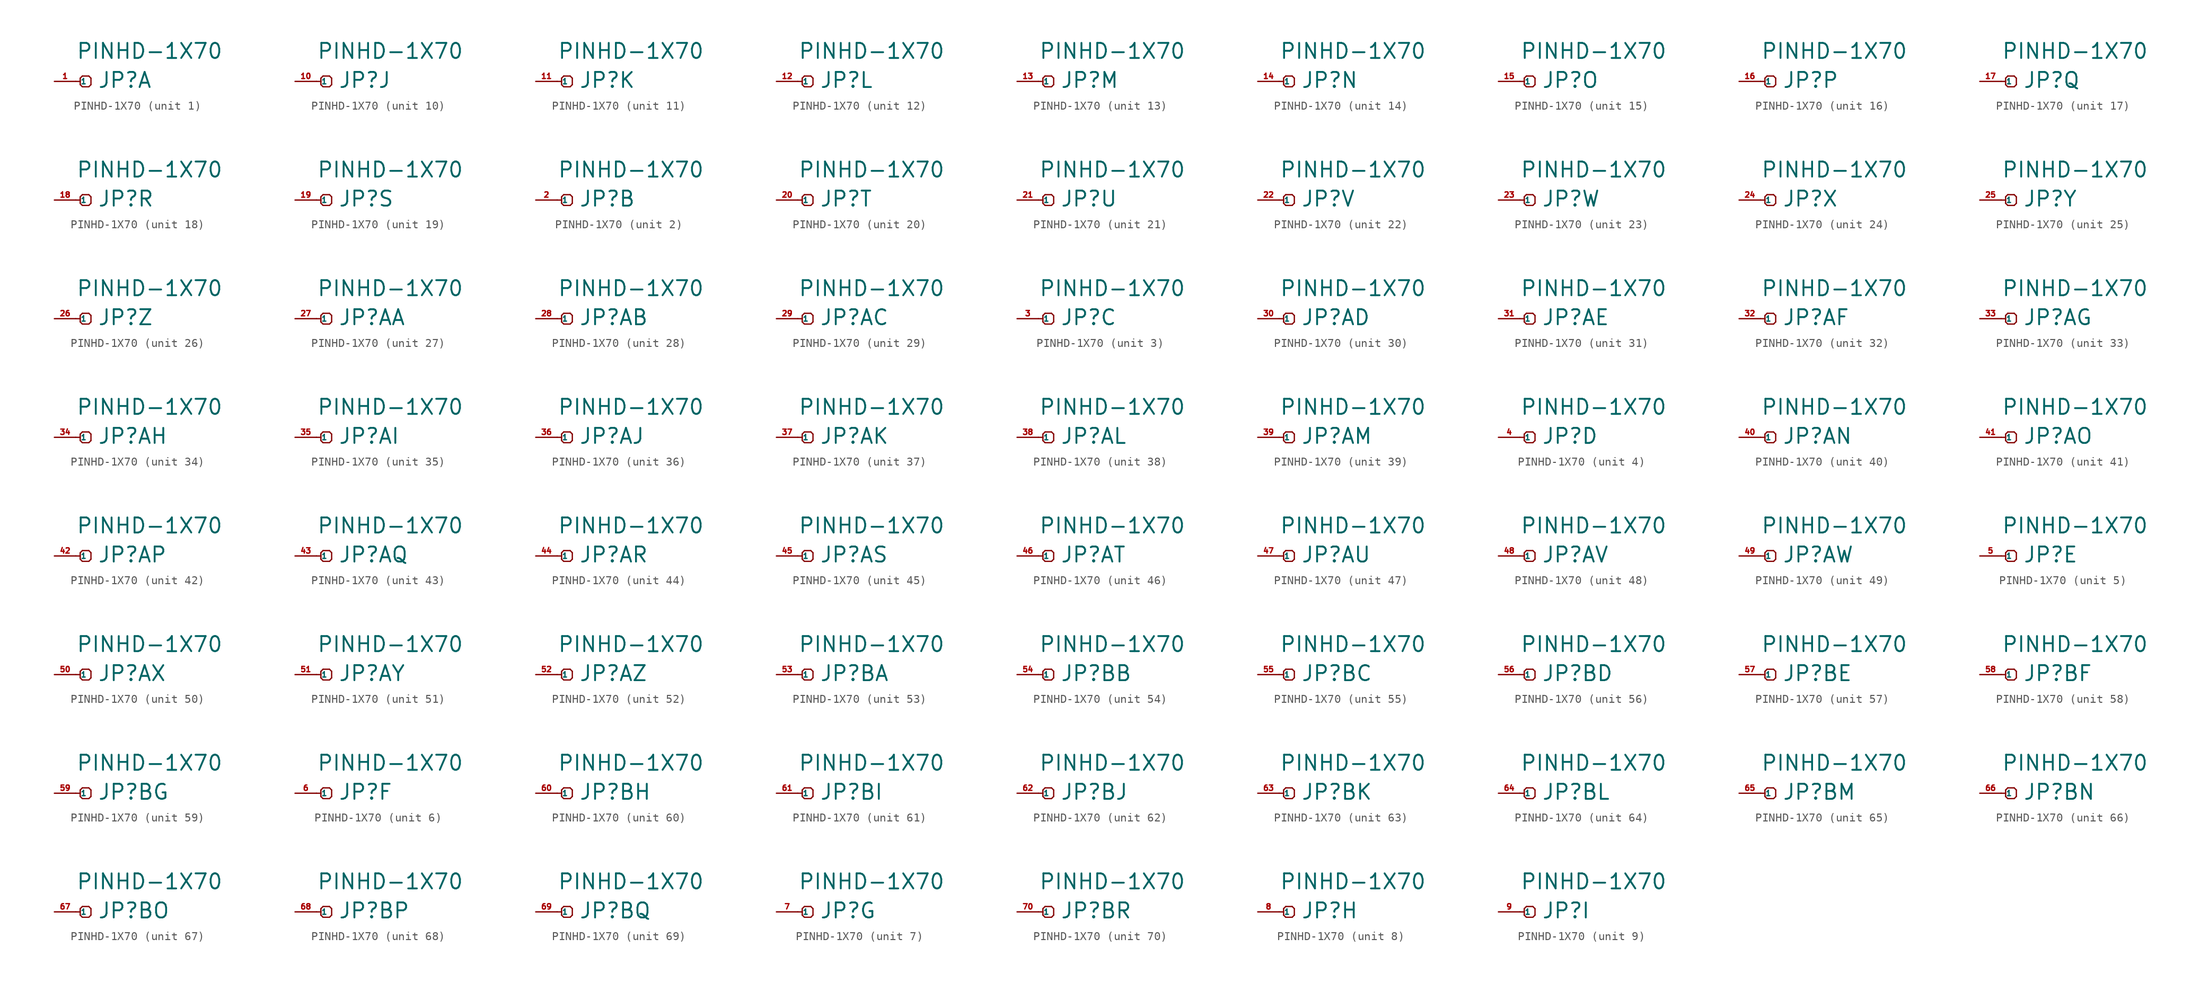
<source format=kicad_sym>
(kicad_symbol_lib
  (version 20220914)
  (generator Eagle2Kicad)
  (symbol "PINHD-1X70"
    (property "Reference" "JP"
      (at 2.54 -0.889 0)
      (effects (font (size 1.778 1.778) (thickness 0.22)) (justify left bottom)))
    (property "Value" "PINHD-1X70"
      (at 0 2.54 0)
      (effects (font (size 1.778 1.778) (thickness 0.22)) (justify left bottom)))
    (symbol "PINHD-1X70_1_0"
      (polyline (pts (xy 0.508 0.381) (xy 0.762 0.635)) (stroke (width 0.152) (type default)) (fill (type none)))
      (polyline (pts (xy 0.762 0.635) (xy 1.524 0.635)) (stroke (width 0.152) (type default)) (fill (type none)))
      (polyline (pts (xy 1.524 0.635) (xy 1.778 0.381)) (stroke (width 0.152) (type default)) (fill (type none)))
      (polyline (pts (xy 1.778 0.381) (xy 1.778 -0.381)) (stroke (width 0.152) (type default)) (fill (type none)))
      (polyline (pts (xy 1.778 -0.381) (xy 1.524 -0.635)) (stroke (width 0.152) (type default)) (fill (type none)))
      (polyline (pts (xy 1.524 -0.635) (xy 0.762 -0.635)) (stroke (width 0.152) (type default)) (fill (type none)))
      (polyline (pts (xy 0.762 -0.635) (xy 0.508 -0.381)) (stroke (width 0.152) (type default)) (fill (type none)))
      (polyline (pts (xy 0.508 -0.381) (xy 0.508 0)) (stroke (width 0.152) (type default)) (fill (type none)))
      (polyline (pts (xy 0.508 0) (xy 0.508 0.381)) (stroke (width 0.152) (type default)) (fill (type none)))
      (polyline (pts (xy 0 0) (xy 0.508 0)) (stroke (width 0.152) (type default)) (fill (type none)))
      (pin passive line (at -2.54 0 0) (length 2.54) (name "1" (effects (font (size 0.635 0.635) (thickness 0.08)) (justify left bottom))) (number "1" (effects (font (size 0.635 0.635) (thickness 0.08)) (justify left bottom)))))
    (symbol "PINHD-1X70_2_0"
      (polyline (pts (xy 0.508 0.381) (xy 0.762 0.635)) (stroke (width 0.152) (type default)) (fill (type none)))
      (polyline (pts (xy 0.762 0.635) (xy 1.524 0.635)) (stroke (width 0.152) (type default)) (fill (type none)))
      (polyline (pts (xy 1.524 0.635) (xy 1.778 0.381)) (stroke (width 0.152) (type default)) (fill (type none)))
      (polyline (pts (xy 1.778 0.381) (xy 1.778 -0.381)) (stroke (width 0.152) (type default)) (fill (type none)))
      (polyline (pts (xy 1.778 -0.381) (xy 1.524 -0.635)) (stroke (width 0.152) (type default)) (fill (type none)))
      (polyline (pts (xy 1.524 -0.635) (xy 0.762 -0.635)) (stroke (width 0.152) (type default)) (fill (type none)))
      (polyline (pts (xy 0.762 -0.635) (xy 0.508 -0.381)) (stroke (width 0.152) (type default)) (fill (type none)))
      (polyline (pts (xy 0.508 -0.381) (xy 0.508 0)) (stroke (width 0.152) (type default)) (fill (type none)))
      (polyline (pts (xy 0.508 0) (xy 0.508 0.381)) (stroke (width 0.152) (type default)) (fill (type none)))
      (polyline (pts (xy 0 0) (xy 0.508 0)) (stroke (width 0.152) (type default)) (fill (type none)))
      (pin passive line (at -2.54 0 0) (length 2.54) (name "1" (effects (font (size 0.635 0.635) (thickness 0.08)) (justify left bottom))) (number "2" (effects (font (size 0.635 0.635) (thickness 0.08)) (justify left bottom)))))
    (symbol "PINHD-1X70_3_0"
      (polyline (pts (xy 0.508 0.381) (xy 0.762 0.635)) (stroke (width 0.152) (type default)) (fill (type none)))
      (polyline (pts (xy 0.762 0.635) (xy 1.524 0.635)) (stroke (width 0.152) (type default)) (fill (type none)))
      (polyline (pts (xy 1.524 0.635) (xy 1.778 0.381)) (stroke (width 0.152) (type default)) (fill (type none)))
      (polyline (pts (xy 1.778 0.381) (xy 1.778 -0.381)) (stroke (width 0.152) (type default)) (fill (type none)))
      (polyline (pts (xy 1.778 -0.381) (xy 1.524 -0.635)) (stroke (width 0.152) (type default)) (fill (type none)))
      (polyline (pts (xy 1.524 -0.635) (xy 0.762 -0.635)) (stroke (width 0.152) (type default)) (fill (type none)))
      (polyline (pts (xy 0.762 -0.635) (xy 0.508 -0.381)) (stroke (width 0.152) (type default)) (fill (type none)))
      (polyline (pts (xy 0.508 -0.381) (xy 0.508 0)) (stroke (width 0.152) (type default)) (fill (type none)))
      (polyline (pts (xy 0.508 0) (xy 0.508 0.381)) (stroke (width 0.152) (type default)) (fill (type none)))
      (polyline (pts (xy 0 0) (xy 0.508 0)) (stroke (width 0.152) (type default)) (fill (type none)))
      (pin passive line (at -2.54 0 0) (length 2.54) (name "1" (effects (font (size 0.635 0.635) (thickness 0.08)) (justify left bottom))) (number "3" (effects (font (size 0.635 0.635) (thickness 0.08)) (justify left bottom)))))
    (symbol "PINHD-1X70_4_0"
      (polyline (pts (xy 0.508 0.381) (xy 0.762 0.635)) (stroke (width 0.152) (type default)) (fill (type none)))
      (polyline (pts (xy 0.762 0.635) (xy 1.524 0.635)) (stroke (width 0.152) (type default)) (fill (type none)))
      (polyline (pts (xy 1.524 0.635) (xy 1.778 0.381)) (stroke (width 0.152) (type default)) (fill (type none)))
      (polyline (pts (xy 1.778 0.381) (xy 1.778 -0.381)) (stroke (width 0.152) (type default)) (fill (type none)))
      (polyline (pts (xy 1.778 -0.381) (xy 1.524 -0.635)) (stroke (width 0.152) (type default)) (fill (type none)))
      (polyline (pts (xy 1.524 -0.635) (xy 0.762 -0.635)) (stroke (width 0.152) (type default)) (fill (type none)))
      (polyline (pts (xy 0.762 -0.635) (xy 0.508 -0.381)) (stroke (width 0.152) (type default)) (fill (type none)))
      (polyline (pts (xy 0.508 -0.381) (xy 0.508 0)) (stroke (width 0.152) (type default)) (fill (type none)))
      (polyline (pts (xy 0.508 0) (xy 0.508 0.381)) (stroke (width 0.152) (type default)) (fill (type none)))
      (polyline (pts (xy 0 0) (xy 0.508 0)) (stroke (width 0.152) (type default)) (fill (type none)))
      (pin passive line (at -2.54 0 0) (length 2.54) (name "1" (effects (font (size 0.635 0.635) (thickness 0.08)) (justify left bottom))) (number "4" (effects (font (size 0.635 0.635) (thickness 0.08)) (justify left bottom)))))
    (symbol "PINHD-1X70_5_0"
      (polyline (pts (xy 0.508 0.381) (xy 0.762 0.635)) (stroke (width 0.152) (type default)) (fill (type none)))
      (polyline (pts (xy 0.762 0.635) (xy 1.524 0.635)) (stroke (width 0.152) (type default)) (fill (type none)))
      (polyline (pts (xy 1.524 0.635) (xy 1.778 0.381)) (stroke (width 0.152) (type default)) (fill (type none)))
      (polyline (pts (xy 1.778 0.381) (xy 1.778 -0.381)) (stroke (width 0.152) (type default)) (fill (type none)))
      (polyline (pts (xy 1.778 -0.381) (xy 1.524 -0.635)) (stroke (width 0.152) (type default)) (fill (type none)))
      (polyline (pts (xy 1.524 -0.635) (xy 0.762 -0.635)) (stroke (width 0.152) (type default)) (fill (type none)))
      (polyline (pts (xy 0.762 -0.635) (xy 0.508 -0.381)) (stroke (width 0.152) (type default)) (fill (type none)))
      (polyline (pts (xy 0.508 -0.381) (xy 0.508 0)) (stroke (width 0.152) (type default)) (fill (type none)))
      (polyline (pts (xy 0.508 0) (xy 0.508 0.381)) (stroke (width 0.152) (type default)) (fill (type none)))
      (polyline (pts (xy 0 0) (xy 0.508 0)) (stroke (width 0.152) (type default)) (fill (type none)))
      (pin passive line (at -2.54 0 0) (length 2.54) (name "1" (effects (font (size 0.635 0.635) (thickness 0.08)) (justify left bottom))) (number "5" (effects (font (size 0.635 0.635) (thickness 0.08)) (justify left bottom)))))
    (symbol "PINHD-1X70_6_0"
      (polyline (pts (xy 0.508 0.381) (xy 0.762 0.635)) (stroke (width 0.152) (type default)) (fill (type none)))
      (polyline (pts (xy 0.762 0.635) (xy 1.524 0.635)) (stroke (width 0.152) (type default)) (fill (type none)))
      (polyline (pts (xy 1.524 0.635) (xy 1.778 0.381)) (stroke (width 0.152) (type default)) (fill (type none)))
      (polyline (pts (xy 1.778 0.381) (xy 1.778 -0.381)) (stroke (width 0.152) (type default)) (fill (type none)))
      (polyline (pts (xy 1.778 -0.381) (xy 1.524 -0.635)) (stroke (width 0.152) (type default)) (fill (type none)))
      (polyline (pts (xy 1.524 -0.635) (xy 0.762 -0.635)) (stroke (width 0.152) (type default)) (fill (type none)))
      (polyline (pts (xy 0.762 -0.635) (xy 0.508 -0.381)) (stroke (width 0.152) (type default)) (fill (type none)))
      (polyline (pts (xy 0.508 -0.381) (xy 0.508 0)) (stroke (width 0.152) (type default)) (fill (type none)))
      (polyline (pts (xy 0.508 0) (xy 0.508 0.381)) (stroke (width 0.152) (type default)) (fill (type none)))
      (polyline (pts (xy 0 0) (xy 0.508 0)) (stroke (width 0.152) (type default)) (fill (type none)))
      (pin passive line (at -2.54 0 0) (length 2.54) (name "1" (effects (font (size 0.635 0.635) (thickness 0.08)) (justify left bottom))) (number "6" (effects (font (size 0.635 0.635) (thickness 0.08)) (justify left bottom)))))
    (symbol "PINHD-1X70_7_0"
      (polyline (pts (xy 0.508 0.381) (xy 0.762 0.635)) (stroke (width 0.152) (type default)) (fill (type none)))
      (polyline (pts (xy 0.762 0.635) (xy 1.524 0.635)) (stroke (width 0.152) (type default)) (fill (type none)))
      (polyline (pts (xy 1.524 0.635) (xy 1.778 0.381)) (stroke (width 0.152) (type default)) (fill (type none)))
      (polyline (pts (xy 1.778 0.381) (xy 1.778 -0.381)) (stroke (width 0.152) (type default)) (fill (type none)))
      (polyline (pts (xy 1.778 -0.381) (xy 1.524 -0.635)) (stroke (width 0.152) (type default)) (fill (type none)))
      (polyline (pts (xy 1.524 -0.635) (xy 0.762 -0.635)) (stroke (width 0.152) (type default)) (fill (type none)))
      (polyline (pts (xy 0.762 -0.635) (xy 0.508 -0.381)) (stroke (width 0.152) (type default)) (fill (type none)))
      (polyline (pts (xy 0.508 -0.381) (xy 0.508 0)) (stroke (width 0.152) (type default)) (fill (type none)))
      (polyline (pts (xy 0.508 0) (xy 0.508 0.381)) (stroke (width 0.152) (type default)) (fill (type none)))
      (polyline (pts (xy 0 0) (xy 0.508 0)) (stroke (width 0.152) (type default)) (fill (type none)))
      (pin passive line (at -2.54 0 0) (length 2.54) (name "1" (effects (font (size 0.635 0.635) (thickness 0.08)) (justify left bottom))) (number "7" (effects (font (size 0.635 0.635) (thickness 0.08)) (justify left bottom)))))
    (symbol "PINHD-1X70_8_0"
      (polyline (pts (xy 0.508 0.381) (xy 0.762 0.635)) (stroke (width 0.152) (type default)) (fill (type none)))
      (polyline (pts (xy 0.762 0.635) (xy 1.524 0.635)) (stroke (width 0.152) (type default)) (fill (type none)))
      (polyline (pts (xy 1.524 0.635) (xy 1.778 0.381)) (stroke (width 0.152) (type default)) (fill (type none)))
      (polyline (pts (xy 1.778 0.381) (xy 1.778 -0.381)) (stroke (width 0.152) (type default)) (fill (type none)))
      (polyline (pts (xy 1.778 -0.381) (xy 1.524 -0.635)) (stroke (width 0.152) (type default)) (fill (type none)))
      (polyline (pts (xy 1.524 -0.635) (xy 0.762 -0.635)) (stroke (width 0.152) (type default)) (fill (type none)))
      (polyline (pts (xy 0.762 -0.635) (xy 0.508 -0.381)) (stroke (width 0.152) (type default)) (fill (type none)))
      (polyline (pts (xy 0.508 -0.381) (xy 0.508 0)) (stroke (width 0.152) (type default)) (fill (type none)))
      (polyline (pts (xy 0.508 0) (xy 0.508 0.381)) (stroke (width 0.152) (type default)) (fill (type none)))
      (polyline (pts (xy 0 0) (xy 0.508 0)) (stroke (width 0.152) (type default)) (fill (type none)))
      (pin passive line (at -2.54 0 0) (length 2.54) (name "1" (effects (font (size 0.635 0.635) (thickness 0.08)) (justify left bottom))) (number "8" (effects (font (size 0.635 0.635) (thickness 0.08)) (justify left bottom)))))
    (symbol "PINHD-1X70_9_0"
      (polyline (pts (xy 0.508 0.381) (xy 0.762 0.635)) (stroke (width 0.152) (type default)) (fill (type none)))
      (polyline (pts (xy 0.762 0.635) (xy 1.524 0.635)) (stroke (width 0.152) (type default)) (fill (type none)))
      (polyline (pts (xy 1.524 0.635) (xy 1.778 0.381)) (stroke (width 0.152) (type default)) (fill (type none)))
      (polyline (pts (xy 1.778 0.381) (xy 1.778 -0.381)) (stroke (width 0.152) (type default)) (fill (type none)))
      (polyline (pts (xy 1.778 -0.381) (xy 1.524 -0.635)) (stroke (width 0.152) (type default)) (fill (type none)))
      (polyline (pts (xy 1.524 -0.635) (xy 0.762 -0.635)) (stroke (width 0.152) (type default)) (fill (type none)))
      (polyline (pts (xy 0.762 -0.635) (xy 0.508 -0.381)) (stroke (width 0.152) (type default)) (fill (type none)))
      (polyline (pts (xy 0.508 -0.381) (xy 0.508 0)) (stroke (width 0.152) (type default)) (fill (type none)))
      (polyline (pts (xy 0.508 0) (xy 0.508 0.381)) (stroke (width 0.152) (type default)) (fill (type none)))
      (polyline (pts (xy 0 0) (xy 0.508 0)) (stroke (width 0.152) (type default)) (fill (type none)))
      (pin passive line (at -2.54 0 0) (length 2.54) (name "1" (effects (font (size 0.635 0.635) (thickness 0.08)) (justify left bottom))) (number "9" (effects (font (size 0.635 0.635) (thickness 0.08)) (justify left bottom)))))
    (symbol "PINHD-1X70_10_0"
      (polyline (pts (xy 0.508 0.381) (xy 0.762 0.635)) (stroke (width 0.152) (type default)) (fill (type none)))
      (polyline (pts (xy 0.762 0.635) (xy 1.524 0.635)) (stroke (width 0.152) (type default)) (fill (type none)))
      (polyline (pts (xy 1.524 0.635) (xy 1.778 0.381)) (stroke (width 0.152) (type default)) (fill (type none)))
      (polyline (pts (xy 1.778 0.381) (xy 1.778 -0.381)) (stroke (width 0.152) (type default)) (fill (type none)))
      (polyline (pts (xy 1.778 -0.381) (xy 1.524 -0.635)) (stroke (width 0.152) (type default)) (fill (type none)))
      (polyline (pts (xy 1.524 -0.635) (xy 0.762 -0.635)) (stroke (width 0.152) (type default)) (fill (type none)))
      (polyline (pts (xy 0.762 -0.635) (xy 0.508 -0.381)) (stroke (width 0.152) (type default)) (fill (type none)))
      (polyline (pts (xy 0.508 -0.381) (xy 0.508 0)) (stroke (width 0.152) (type default)) (fill (type none)))
      (polyline (pts (xy 0.508 0) (xy 0.508 0.381)) (stroke (width 0.152) (type default)) (fill (type none)))
      (polyline (pts (xy 0 0) (xy 0.508 0)) (stroke (width 0.152) (type default)) (fill (type none)))
      (pin passive line (at -2.54 0 0) (length 2.54) (name "1" (effects (font (size 0.635 0.635) (thickness 0.08)) (justify left bottom))) (number "10" (effects (font (size 0.635 0.635) (thickness 0.08)) (justify left bottom)))))
    (symbol "PINHD-1X70_11_0"
      (polyline (pts (xy 0.508 0.381) (xy 0.762 0.635)) (stroke (width 0.152) (type default)) (fill (type none)))
      (polyline (pts (xy 0.762 0.635) (xy 1.524 0.635)) (stroke (width 0.152) (type default)) (fill (type none)))
      (polyline (pts (xy 1.524 0.635) (xy 1.778 0.381)) (stroke (width 0.152) (type default)) (fill (type none)))
      (polyline (pts (xy 1.778 0.381) (xy 1.778 -0.381)) (stroke (width 0.152) (type default)) (fill (type none)))
      (polyline (pts (xy 1.778 -0.381) (xy 1.524 -0.635)) (stroke (width 0.152) (type default)) (fill (type none)))
      (polyline (pts (xy 1.524 -0.635) (xy 0.762 -0.635)) (stroke (width 0.152) (type default)) (fill (type none)))
      (polyline (pts (xy 0.762 -0.635) (xy 0.508 -0.381)) (stroke (width 0.152) (type default)) (fill (type none)))
      (polyline (pts (xy 0.508 -0.381) (xy 0.508 0)) (stroke (width 0.152) (type default)) (fill (type none)))
      (polyline (pts (xy 0.508 0) (xy 0.508 0.381)) (stroke (width 0.152) (type default)) (fill (type none)))
      (polyline (pts (xy 0 0) (xy 0.508 0)) (stroke (width 0.152) (type default)) (fill (type none)))
      (pin passive line (at -2.54 0 0) (length 2.54) (name "1" (effects (font (size 0.635 0.635) (thickness 0.08)) (justify left bottom))) (number "11" (effects (font (size 0.635 0.635) (thickness 0.08)) (justify left bottom)))))
    (symbol "PINHD-1X70_12_0"
      (polyline (pts (xy 0.508 0.381) (xy 0.762 0.635)) (stroke (width 0.152) (type default)) (fill (type none)))
      (polyline (pts (xy 0.762 0.635) (xy 1.524 0.635)) (stroke (width 0.152) (type default)) (fill (type none)))
      (polyline (pts (xy 1.524 0.635) (xy 1.778 0.381)) (stroke (width 0.152) (type default)) (fill (type none)))
      (polyline (pts (xy 1.778 0.381) (xy 1.778 -0.381)) (stroke (width 0.152) (type default)) (fill (type none)))
      (polyline (pts (xy 1.778 -0.381) (xy 1.524 -0.635)) (stroke (width 0.152) (type default)) (fill (type none)))
      (polyline (pts (xy 1.524 -0.635) (xy 0.762 -0.635)) (stroke (width 0.152) (type default)) (fill (type none)))
      (polyline (pts (xy 0.762 -0.635) (xy 0.508 -0.381)) (stroke (width 0.152) (type default)) (fill (type none)))
      (polyline (pts (xy 0.508 -0.381) (xy 0.508 0)) (stroke (width 0.152) (type default)) (fill (type none)))
      (polyline (pts (xy 0.508 0) (xy 0.508 0.381)) (stroke (width 0.152) (type default)) (fill (type none)))
      (polyline (pts (xy 0 0) (xy 0.508 0)) (stroke (width 0.152) (type default)) (fill (type none)))
      (pin passive line (at -2.54 0 0) (length 2.54) (name "1" (effects (font (size 0.635 0.635) (thickness 0.08)) (justify left bottom))) (number "12" (effects (font (size 0.635 0.635) (thickness 0.08)) (justify left bottom)))))
    (symbol "PINHD-1X70_13_0"
      (polyline (pts (xy 0.508 0.381) (xy 0.762 0.635)) (stroke (width 0.152) (type default)) (fill (type none)))
      (polyline (pts (xy 0.762 0.635) (xy 1.524 0.635)) (stroke (width 0.152) (type default)) (fill (type none)))
      (polyline (pts (xy 1.524 0.635) (xy 1.778 0.381)) (stroke (width 0.152) (type default)) (fill (type none)))
      (polyline (pts (xy 1.778 0.381) (xy 1.778 -0.381)) (stroke (width 0.152) (type default)) (fill (type none)))
      (polyline (pts (xy 1.778 -0.381) (xy 1.524 -0.635)) (stroke (width 0.152) (type default)) (fill (type none)))
      (polyline (pts (xy 1.524 -0.635) (xy 0.762 -0.635)) (stroke (width 0.152) (type default)) (fill (type none)))
      (polyline (pts (xy 0.762 -0.635) (xy 0.508 -0.381)) (stroke (width 0.152) (type default)) (fill (type none)))
      (polyline (pts (xy 0.508 -0.381) (xy 0.508 0)) (stroke (width 0.152) (type default)) (fill (type none)))
      (polyline (pts (xy 0.508 0) (xy 0.508 0.381)) (stroke (width 0.152) (type default)) (fill (type none)))
      (polyline (pts (xy 0 0) (xy 0.508 0)) (stroke (width 0.152) (type default)) (fill (type none)))
      (pin passive line (at -2.54 0 0) (length 2.54) (name "1" (effects (font (size 0.635 0.635) (thickness 0.08)) (justify left bottom))) (number "13" (effects (font (size 0.635 0.635) (thickness 0.08)) (justify left bottom)))))
    (symbol "PINHD-1X70_14_0"
      (polyline (pts (xy 0.508 0.381) (xy 0.762 0.635)) (stroke (width 0.152) (type default)) (fill (type none)))
      (polyline (pts (xy 0.762 0.635) (xy 1.524 0.635)) (stroke (width 0.152) (type default)) (fill (type none)))
      (polyline (pts (xy 1.524 0.635) (xy 1.778 0.381)) (stroke (width 0.152) (type default)) (fill (type none)))
      (polyline (pts (xy 1.778 0.381) (xy 1.778 -0.381)) (stroke (width 0.152) (type default)) (fill (type none)))
      (polyline (pts (xy 1.778 -0.381) (xy 1.524 -0.635)) (stroke (width 0.152) (type default)) (fill (type none)))
      (polyline (pts (xy 1.524 -0.635) (xy 0.762 -0.635)) (stroke (width 0.152) (type default)) (fill (type none)))
      (polyline (pts (xy 0.762 -0.635) (xy 0.508 -0.381)) (stroke (width 0.152) (type default)) (fill (type none)))
      (polyline (pts (xy 0.508 -0.381) (xy 0.508 0)) (stroke (width 0.152) (type default)) (fill (type none)))
      (polyline (pts (xy 0.508 0) (xy 0.508 0.381)) (stroke (width 0.152) (type default)) (fill (type none)))
      (polyline (pts (xy 0 0) (xy 0.508 0)) (stroke (width 0.152) (type default)) (fill (type none)))
      (pin passive line (at -2.54 0 0) (length 2.54) (name "1" (effects (font (size 0.635 0.635) (thickness 0.08)) (justify left bottom))) (number "14" (effects (font (size 0.635 0.635) (thickness 0.08)) (justify left bottom)))))
    (symbol "PINHD-1X70_15_0"
      (polyline (pts (xy 0.508 0.381) (xy 0.762 0.635)) (stroke (width 0.152) (type default)) (fill (type none)))
      (polyline (pts (xy 0.762 0.635) (xy 1.524 0.635)) (stroke (width 0.152) (type default)) (fill (type none)))
      (polyline (pts (xy 1.524 0.635) (xy 1.778 0.381)) (stroke (width 0.152) (type default)) (fill (type none)))
      (polyline (pts (xy 1.778 0.381) (xy 1.778 -0.381)) (stroke (width 0.152) (type default)) (fill (type none)))
      (polyline (pts (xy 1.778 -0.381) (xy 1.524 -0.635)) (stroke (width 0.152) (type default)) (fill (type none)))
      (polyline (pts (xy 1.524 -0.635) (xy 0.762 -0.635)) (stroke (width 0.152) (type default)) (fill (type none)))
      (polyline (pts (xy 0.762 -0.635) (xy 0.508 -0.381)) (stroke (width 0.152) (type default)) (fill (type none)))
      (polyline (pts (xy 0.508 -0.381) (xy 0.508 0)) (stroke (width 0.152) (type default)) (fill (type none)))
      (polyline (pts (xy 0.508 0) (xy 0.508 0.381)) (stroke (width 0.152) (type default)) (fill (type none)))
      (polyline (pts (xy 0 0) (xy 0.508 0)) (stroke (width 0.152) (type default)) (fill (type none)))
      (pin passive line (at -2.54 0 0) (length 2.54) (name "1" (effects (font (size 0.635 0.635) (thickness 0.08)) (justify left bottom))) (number "15" (effects (font (size 0.635 0.635) (thickness 0.08)) (justify left bottom)))))
    (symbol "PINHD-1X70_16_0"
      (polyline (pts (xy 0.508 0.381) (xy 0.762 0.635)) (stroke (width 0.152) (type default)) (fill (type none)))
      (polyline (pts (xy 0.762 0.635) (xy 1.524 0.635)) (stroke (width 0.152) (type default)) (fill (type none)))
      (polyline (pts (xy 1.524 0.635) (xy 1.778 0.381)) (stroke (width 0.152) (type default)) (fill (type none)))
      (polyline (pts (xy 1.778 0.381) (xy 1.778 -0.381)) (stroke (width 0.152) (type default)) (fill (type none)))
      (polyline (pts (xy 1.778 -0.381) (xy 1.524 -0.635)) (stroke (width 0.152) (type default)) (fill (type none)))
      (polyline (pts (xy 1.524 -0.635) (xy 0.762 -0.635)) (stroke (width 0.152) (type default)) (fill (type none)))
      (polyline (pts (xy 0.762 -0.635) (xy 0.508 -0.381)) (stroke (width 0.152) (type default)) (fill (type none)))
      (polyline (pts (xy 0.508 -0.381) (xy 0.508 0)) (stroke (width 0.152) (type default)) (fill (type none)))
      (polyline (pts (xy 0.508 0) (xy 0.508 0.381)) (stroke (width 0.152) (type default)) (fill (type none)))
      (polyline (pts (xy 0 0) (xy 0.508 0)) (stroke (width 0.152) (type default)) (fill (type none)))
      (pin passive line (at -2.54 0 0) (length 2.54) (name "1" (effects (font (size 0.635 0.635) (thickness 0.08)) (justify left bottom))) (number "16" (effects (font (size 0.635 0.635) (thickness 0.08)) (justify left bottom)))))
    (symbol "PINHD-1X70_17_0"
      (polyline (pts (xy 0.508 0.381) (xy 0.762 0.635)) (stroke (width 0.152) (type default)) (fill (type none)))
      (polyline (pts (xy 0.762 0.635) (xy 1.524 0.635)) (stroke (width 0.152) (type default)) (fill (type none)))
      (polyline (pts (xy 1.524 0.635) (xy 1.778 0.381)) (stroke (width 0.152) (type default)) (fill (type none)))
      (polyline (pts (xy 1.778 0.381) (xy 1.778 -0.381)) (stroke (width 0.152) (type default)) (fill (type none)))
      (polyline (pts (xy 1.778 -0.381) (xy 1.524 -0.635)) (stroke (width 0.152) (type default)) (fill (type none)))
      (polyline (pts (xy 1.524 -0.635) (xy 0.762 -0.635)) (stroke (width 0.152) (type default)) (fill (type none)))
      (polyline (pts (xy 0.762 -0.635) (xy 0.508 -0.381)) (stroke (width 0.152) (type default)) (fill (type none)))
      (polyline (pts (xy 0.508 -0.381) (xy 0.508 0)) (stroke (width 0.152) (type default)) (fill (type none)))
      (polyline (pts (xy 0.508 0) (xy 0.508 0.381)) (stroke (width 0.152) (type default)) (fill (type none)))
      (polyline (pts (xy 0 0) (xy 0.508 0)) (stroke (width 0.152) (type default)) (fill (type none)))
      (pin passive line (at -2.54 0 0) (length 2.54) (name "1" (effects (font (size 0.635 0.635) (thickness 0.08)) (justify left bottom))) (number "17" (effects (font (size 0.635 0.635) (thickness 0.08)) (justify left bottom)))))
    (symbol "PINHD-1X70_18_0"
      (polyline (pts (xy 0.508 0.381) (xy 0.762 0.635)) (stroke (width 0.152) (type default)) (fill (type none)))
      (polyline (pts (xy 0.762 0.635) (xy 1.524 0.635)) (stroke (width 0.152) (type default)) (fill (type none)))
      (polyline (pts (xy 1.524 0.635) (xy 1.778 0.381)) (stroke (width 0.152) (type default)) (fill (type none)))
      (polyline (pts (xy 1.778 0.381) (xy 1.778 -0.381)) (stroke (width 0.152) (type default)) (fill (type none)))
      (polyline (pts (xy 1.778 -0.381) (xy 1.524 -0.635)) (stroke (width 0.152) (type default)) (fill (type none)))
      (polyline (pts (xy 1.524 -0.635) (xy 0.762 -0.635)) (stroke (width 0.152) (type default)) (fill (type none)))
      (polyline (pts (xy 0.762 -0.635) (xy 0.508 -0.381)) (stroke (width 0.152) (type default)) (fill (type none)))
      (polyline (pts (xy 0.508 -0.381) (xy 0.508 0)) (stroke (width 0.152) (type default)) (fill (type none)))
      (polyline (pts (xy 0.508 0) (xy 0.508 0.381)) (stroke (width 0.152) (type default)) (fill (type none)))
      (polyline (pts (xy 0 0) (xy 0.508 0)) (stroke (width 0.152) (type default)) (fill (type none)))
      (pin passive line (at -2.54 0 0) (length 2.54) (name "1" (effects (font (size 0.635 0.635) (thickness 0.08)) (justify left bottom))) (number "18" (effects (font (size 0.635 0.635) (thickness 0.08)) (justify left bottom)))))
    (symbol "PINHD-1X70_19_0"
      (polyline (pts (xy 0.508 0.381) (xy 0.762 0.635)) (stroke (width 0.152) (type default)) (fill (type none)))
      (polyline (pts (xy 0.762 0.635) (xy 1.524 0.635)) (stroke (width 0.152) (type default)) (fill (type none)))
      (polyline (pts (xy 1.524 0.635) (xy 1.778 0.381)) (stroke (width 0.152) (type default)) (fill (type none)))
      (polyline (pts (xy 1.778 0.381) (xy 1.778 -0.381)) (stroke (width 0.152) (type default)) (fill (type none)))
      (polyline (pts (xy 1.778 -0.381) (xy 1.524 -0.635)) (stroke (width 0.152) (type default)) (fill (type none)))
      (polyline (pts (xy 1.524 -0.635) (xy 0.762 -0.635)) (stroke (width 0.152) (type default)) (fill (type none)))
      (polyline (pts (xy 0.762 -0.635) (xy 0.508 -0.381)) (stroke (width 0.152) (type default)) (fill (type none)))
      (polyline (pts (xy 0.508 -0.381) (xy 0.508 0)) (stroke (width 0.152) (type default)) (fill (type none)))
      (polyline (pts (xy 0.508 0) (xy 0.508 0.381)) (stroke (width 0.152) (type default)) (fill (type none)))
      (polyline (pts (xy 0 0) (xy 0.508 0)) (stroke (width 0.152) (type default)) (fill (type none)))
      (pin passive line (at -2.54 0 0) (length 2.54) (name "1" (effects (font (size 0.635 0.635) (thickness 0.08)) (justify left bottom))) (number "19" (effects (font (size 0.635 0.635) (thickness 0.08)) (justify left bottom)))))
    (symbol "PINHD-1X70_20_0"
      (polyline (pts (xy 0.508 0.381) (xy 0.762 0.635)) (stroke (width 0.152) (type default)) (fill (type none)))
      (polyline (pts (xy 0.762 0.635) (xy 1.524 0.635)) (stroke (width 0.152) (type default)) (fill (type none)))
      (polyline (pts (xy 1.524 0.635) (xy 1.778 0.381)) (stroke (width 0.152) (type default)) (fill (type none)))
      (polyline (pts (xy 1.778 0.381) (xy 1.778 -0.381)) (stroke (width 0.152) (type default)) (fill (type none)))
      (polyline (pts (xy 1.778 -0.381) (xy 1.524 -0.635)) (stroke (width 0.152) (type default)) (fill (type none)))
      (polyline (pts (xy 1.524 -0.635) (xy 0.762 -0.635)) (stroke (width 0.152) (type default)) (fill (type none)))
      (polyline (pts (xy 0.762 -0.635) (xy 0.508 -0.381)) (stroke (width 0.152) (type default)) (fill (type none)))
      (polyline (pts (xy 0.508 -0.381) (xy 0.508 0)) (stroke (width 0.152) (type default)) (fill (type none)))
      (polyline (pts (xy 0.508 0) (xy 0.508 0.381)) (stroke (width 0.152) (type default)) (fill (type none)))
      (polyline (pts (xy 0 0) (xy 0.508 0)) (stroke (width 0.152) (type default)) (fill (type none)))
      (pin passive line (at -2.54 0 0) (length 2.54) (name "1" (effects (font (size 0.635 0.635) (thickness 0.08)) (justify left bottom))) (number "20" (effects (font (size 0.635 0.635) (thickness 0.08)) (justify left bottom)))))
    (symbol "PINHD-1X70_21_0"
      (polyline (pts (xy 0.508 0.381) (xy 0.762 0.635)) (stroke (width 0.152) (type default)) (fill (type none)))
      (polyline (pts (xy 0.762 0.635) (xy 1.524 0.635)) (stroke (width 0.152) (type default)) (fill (type none)))
      (polyline (pts (xy 1.524 0.635) (xy 1.778 0.381)) (stroke (width 0.152) (type default)) (fill (type none)))
      (polyline (pts (xy 1.778 0.381) (xy 1.778 -0.381)) (stroke (width 0.152) (type default)) (fill (type none)))
      (polyline (pts (xy 1.778 -0.381) (xy 1.524 -0.635)) (stroke (width 0.152) (type default)) (fill (type none)))
      (polyline (pts (xy 1.524 -0.635) (xy 0.762 -0.635)) (stroke (width 0.152) (type default)) (fill (type none)))
      (polyline (pts (xy 0.762 -0.635) (xy 0.508 -0.381)) (stroke (width 0.152) (type default)) (fill (type none)))
      (polyline (pts (xy 0.508 -0.381) (xy 0.508 0)) (stroke (width 0.152) (type default)) (fill (type none)))
      (polyline (pts (xy 0.508 0) (xy 0.508 0.381)) (stroke (width 0.152) (type default)) (fill (type none)))
      (polyline (pts (xy 0 0) (xy 0.508 0)) (stroke (width 0.152) (type default)) (fill (type none)))
      (pin passive line (at -2.54 0 0) (length 2.54) (name "1" (effects (font (size 0.635 0.635) (thickness 0.08)) (justify left bottom))) (number "21" (effects (font (size 0.635 0.635) (thickness 0.08)) (justify left bottom)))))
    (symbol "PINHD-1X70_22_0"
      (polyline (pts (xy 0.508 0.381) (xy 0.762 0.635)) (stroke (width 0.152) (type default)) (fill (type none)))
      (polyline (pts (xy 0.762 0.635) (xy 1.524 0.635)) (stroke (width 0.152) (type default)) (fill (type none)))
      (polyline (pts (xy 1.524 0.635) (xy 1.778 0.381)) (stroke (width 0.152) (type default)) (fill (type none)))
      (polyline (pts (xy 1.778 0.381) (xy 1.778 -0.381)) (stroke (width 0.152) (type default)) (fill (type none)))
      (polyline (pts (xy 1.778 -0.381) (xy 1.524 -0.635)) (stroke (width 0.152) (type default)) (fill (type none)))
      (polyline (pts (xy 1.524 -0.635) (xy 0.762 -0.635)) (stroke (width 0.152) (type default)) (fill (type none)))
      (polyline (pts (xy 0.762 -0.635) (xy 0.508 -0.381)) (stroke (width 0.152) (type default)) (fill (type none)))
      (polyline (pts (xy 0.508 -0.381) (xy 0.508 0)) (stroke (width 0.152) (type default)) (fill (type none)))
      (polyline (pts (xy 0.508 0) (xy 0.508 0.381)) (stroke (width 0.152) (type default)) (fill (type none)))
      (polyline (pts (xy 0 0) (xy 0.508 0)) (stroke (width 0.152) (type default)) (fill (type none)))
      (pin passive line (at -2.54 0 0) (length 2.54) (name "1" (effects (font (size 0.635 0.635) (thickness 0.08)) (justify left bottom))) (number "22" (effects (font (size 0.635 0.635) (thickness 0.08)) (justify left bottom)))))
    (symbol "PINHD-1X70_23_0"
      (polyline (pts (xy 0.508 0.381) (xy 0.762 0.635)) (stroke (width 0.152) (type default)) (fill (type none)))
      (polyline (pts (xy 0.762 0.635) (xy 1.524 0.635)) (stroke (width 0.152) (type default)) (fill (type none)))
      (polyline (pts (xy 1.524 0.635) (xy 1.778 0.381)) (stroke (width 0.152) (type default)) (fill (type none)))
      (polyline (pts (xy 1.778 0.381) (xy 1.778 -0.381)) (stroke (width 0.152) (type default)) (fill (type none)))
      (polyline (pts (xy 1.778 -0.381) (xy 1.524 -0.635)) (stroke (width 0.152) (type default)) (fill (type none)))
      (polyline (pts (xy 1.524 -0.635) (xy 0.762 -0.635)) (stroke (width 0.152) (type default)) (fill (type none)))
      (polyline (pts (xy 0.762 -0.635) (xy 0.508 -0.381)) (stroke (width 0.152) (type default)) (fill (type none)))
      (polyline (pts (xy 0.508 -0.381) (xy 0.508 0)) (stroke (width 0.152) (type default)) (fill (type none)))
      (polyline (pts (xy 0.508 0) (xy 0.508 0.381)) (stroke (width 0.152) (type default)) (fill (type none)))
      (polyline (pts (xy 0 0) (xy 0.508 0)) (stroke (width 0.152) (type default)) (fill (type none)))
      (pin passive line (at -2.54 0 0) (length 2.54) (name "1" (effects (font (size 0.635 0.635) (thickness 0.08)) (justify left bottom))) (number "23" (effects (font (size 0.635 0.635) (thickness 0.08)) (justify left bottom)))))
    (symbol "PINHD-1X70_24_0"
      (polyline (pts (xy 0.508 0.381) (xy 0.762 0.635)) (stroke (width 0.152) (type default)) (fill (type none)))
      (polyline (pts (xy 0.762 0.635) (xy 1.524 0.635)) (stroke (width 0.152) (type default)) (fill (type none)))
      (polyline (pts (xy 1.524 0.635) (xy 1.778 0.381)) (stroke (width 0.152) (type default)) (fill (type none)))
      (polyline (pts (xy 1.778 0.381) (xy 1.778 -0.381)) (stroke (width 0.152) (type default)) (fill (type none)))
      (polyline (pts (xy 1.778 -0.381) (xy 1.524 -0.635)) (stroke (width 0.152) (type default)) (fill (type none)))
      (polyline (pts (xy 1.524 -0.635) (xy 0.762 -0.635)) (stroke (width 0.152) (type default)) (fill (type none)))
      (polyline (pts (xy 0.762 -0.635) (xy 0.508 -0.381)) (stroke (width 0.152) (type default)) (fill (type none)))
      (polyline (pts (xy 0.508 -0.381) (xy 0.508 0)) (stroke (width 0.152) (type default)) (fill (type none)))
      (polyline (pts (xy 0.508 0) (xy 0.508 0.381)) (stroke (width 0.152) (type default)) (fill (type none)))
      (polyline (pts (xy 0 0) (xy 0.508 0)) (stroke (width 0.152) (type default)) (fill (type none)))
      (pin passive line (at -2.54 0 0) (length 2.54) (name "1" (effects (font (size 0.635 0.635) (thickness 0.08)) (justify left bottom))) (number "24" (effects (font (size 0.635 0.635) (thickness 0.08)) (justify left bottom)))))
    (symbol "PINHD-1X70_25_0"
      (polyline (pts (xy 0.508 0.381) (xy 0.762 0.635)) (stroke (width 0.152) (type default)) (fill (type none)))
      (polyline (pts (xy 0.762 0.635) (xy 1.524 0.635)) (stroke (width 0.152) (type default)) (fill (type none)))
      (polyline (pts (xy 1.524 0.635) (xy 1.778 0.381)) (stroke (width 0.152) (type default)) (fill (type none)))
      (polyline (pts (xy 1.778 0.381) (xy 1.778 -0.381)) (stroke (width 0.152) (type default)) (fill (type none)))
      (polyline (pts (xy 1.778 -0.381) (xy 1.524 -0.635)) (stroke (width 0.152) (type default)) (fill (type none)))
      (polyline (pts (xy 1.524 -0.635) (xy 0.762 -0.635)) (stroke (width 0.152) (type default)) (fill (type none)))
      (polyline (pts (xy 0.762 -0.635) (xy 0.508 -0.381)) (stroke (width 0.152) (type default)) (fill (type none)))
      (polyline (pts (xy 0.508 -0.381) (xy 0.508 0)) (stroke (width 0.152) (type default)) (fill (type none)))
      (polyline (pts (xy 0.508 0) (xy 0.508 0.381)) (stroke (width 0.152) (type default)) (fill (type none)))
      (polyline (pts (xy 0 0) (xy 0.508 0)) (stroke (width 0.152) (type default)) (fill (type none)))
      (pin passive line (at -2.54 0 0) (length 2.54) (name "1" (effects (font (size 0.635 0.635) (thickness 0.08)) (justify left bottom))) (number "25" (effects (font (size 0.635 0.635) (thickness 0.08)) (justify left bottom)))))
    (symbol "PINHD-1X70_26_0"
      (polyline (pts (xy 0.508 0.381) (xy 0.762 0.635)) (stroke (width 0.152) (type default)) (fill (type none)))
      (polyline (pts (xy 0.762 0.635) (xy 1.524 0.635)) (stroke (width 0.152) (type default)) (fill (type none)))
      (polyline (pts (xy 1.524 0.635) (xy 1.778 0.381)) (stroke (width 0.152) (type default)) (fill (type none)))
      (polyline (pts (xy 1.778 0.381) (xy 1.778 -0.381)) (stroke (width 0.152) (type default)) (fill (type none)))
      (polyline (pts (xy 1.778 -0.381) (xy 1.524 -0.635)) (stroke (width 0.152) (type default)) (fill (type none)))
      (polyline (pts (xy 1.524 -0.635) (xy 0.762 -0.635)) (stroke (width 0.152) (type default)) (fill (type none)))
      (polyline (pts (xy 0.762 -0.635) (xy 0.508 -0.381)) (stroke (width 0.152) (type default)) (fill (type none)))
      (polyline (pts (xy 0.508 -0.381) (xy 0.508 0)) (stroke (width 0.152) (type default)) (fill (type none)))
      (polyline (pts (xy 0.508 0) (xy 0.508 0.381)) (stroke (width 0.152) (type default)) (fill (type none)))
      (polyline (pts (xy 0 0) (xy 0.508 0)) (stroke (width 0.152) (type default)) (fill (type none)))
      (pin passive line (at -2.54 0 0) (length 2.54) (name "1" (effects (font (size 0.635 0.635) (thickness 0.08)) (justify left bottom))) (number "26" (effects (font (size 0.635 0.635) (thickness 0.08)) (justify left bottom)))))
    (symbol "PINHD-1X70_27_0"
      (polyline (pts (xy 0.508 0.381) (xy 0.762 0.635)) (stroke (width 0.152) (type default)) (fill (type none)))
      (polyline (pts (xy 0.762 0.635) (xy 1.524 0.635)) (stroke (width 0.152) (type default)) (fill (type none)))
      (polyline (pts (xy 1.524 0.635) (xy 1.778 0.381)) (stroke (width 0.152) (type default)) (fill (type none)))
      (polyline (pts (xy 1.778 0.381) (xy 1.778 -0.381)) (stroke (width 0.152) (type default)) (fill (type none)))
      (polyline (pts (xy 1.778 -0.381) (xy 1.524 -0.635)) (stroke (width 0.152) (type default)) (fill (type none)))
      (polyline (pts (xy 1.524 -0.635) (xy 0.762 -0.635)) (stroke (width 0.152) (type default)) (fill (type none)))
      (polyline (pts (xy 0.762 -0.635) (xy 0.508 -0.381)) (stroke (width 0.152) (type default)) (fill (type none)))
      (polyline (pts (xy 0.508 -0.381) (xy 0.508 0)) (stroke (width 0.152) (type default)) (fill (type none)))
      (polyline (pts (xy 0.508 0) (xy 0.508 0.381)) (stroke (width 0.152) (type default)) (fill (type none)))
      (polyline (pts (xy 0 0) (xy 0.508 0)) (stroke (width 0.152) (type default)) (fill (type none)))
      (pin passive line (at -2.54 0 0) (length 2.54) (name "1" (effects (font (size 0.635 0.635) (thickness 0.08)) (justify left bottom))) (number "27" (effects (font (size 0.635 0.635) (thickness 0.08)) (justify left bottom)))))
    (symbol "PINHD-1X70_28_0"
      (polyline (pts (xy 0.508 0.381) (xy 0.762 0.635)) (stroke (width 0.152) (type default)) (fill (type none)))
      (polyline (pts (xy 0.762 0.635) (xy 1.524 0.635)) (stroke (width 0.152) (type default)) (fill (type none)))
      (polyline (pts (xy 1.524 0.635) (xy 1.778 0.381)) (stroke (width 0.152) (type default)) (fill (type none)))
      (polyline (pts (xy 1.778 0.381) (xy 1.778 -0.381)) (stroke (width 0.152) (type default)) (fill (type none)))
      (polyline (pts (xy 1.778 -0.381) (xy 1.524 -0.635)) (stroke (width 0.152) (type default)) (fill (type none)))
      (polyline (pts (xy 1.524 -0.635) (xy 0.762 -0.635)) (stroke (width 0.152) (type default)) (fill (type none)))
      (polyline (pts (xy 0.762 -0.635) (xy 0.508 -0.381)) (stroke (width 0.152) (type default)) (fill (type none)))
      (polyline (pts (xy 0.508 -0.381) (xy 0.508 0)) (stroke (width 0.152) (type default)) (fill (type none)))
      (polyline (pts (xy 0.508 0) (xy 0.508 0.381)) (stroke (width 0.152) (type default)) (fill (type none)))
      (polyline (pts (xy 0 0) (xy 0.508 0)) (stroke (width 0.152) (type default)) (fill (type none)))
      (pin passive line (at -2.54 0 0) (length 2.54) (name "1" (effects (font (size 0.635 0.635) (thickness 0.08)) (justify left bottom))) (number "28" (effects (font (size 0.635 0.635) (thickness 0.08)) (justify left bottom)))))
    (symbol "PINHD-1X70_29_0"
      (polyline (pts (xy 0.508 0.381) (xy 0.762 0.635)) (stroke (width 0.152) (type default)) (fill (type none)))
      (polyline (pts (xy 0.762 0.635) (xy 1.524 0.635)) (stroke (width 0.152) (type default)) (fill (type none)))
      (polyline (pts (xy 1.524 0.635) (xy 1.778 0.381)) (stroke (width 0.152) (type default)) (fill (type none)))
      (polyline (pts (xy 1.778 0.381) (xy 1.778 -0.381)) (stroke (width 0.152) (type default)) (fill (type none)))
      (polyline (pts (xy 1.778 -0.381) (xy 1.524 -0.635)) (stroke (width 0.152) (type default)) (fill (type none)))
      (polyline (pts (xy 1.524 -0.635) (xy 0.762 -0.635)) (stroke (width 0.152) (type default)) (fill (type none)))
      (polyline (pts (xy 0.762 -0.635) (xy 0.508 -0.381)) (stroke (width 0.152) (type default)) (fill (type none)))
      (polyline (pts (xy 0.508 -0.381) (xy 0.508 0)) (stroke (width 0.152) (type default)) (fill (type none)))
      (polyline (pts (xy 0.508 0) (xy 0.508 0.381)) (stroke (width 0.152) (type default)) (fill (type none)))
      (polyline (pts (xy 0 0) (xy 0.508 0)) (stroke (width 0.152) (type default)) (fill (type none)))
      (pin passive line (at -2.54 0 0) (length 2.54) (name "1" (effects (font (size 0.635 0.635) (thickness 0.08)) (justify left bottom))) (number "29" (effects (font (size 0.635 0.635) (thickness 0.08)) (justify left bottom)))))
    (symbol "PINHD-1X70_30_0"
      (polyline (pts (xy 0.508 0.381) (xy 0.762 0.635)) (stroke (width 0.152) (type default)) (fill (type none)))
      (polyline (pts (xy 0.762 0.635) (xy 1.524 0.635)) (stroke (width 0.152) (type default)) (fill (type none)))
      (polyline (pts (xy 1.524 0.635) (xy 1.778 0.381)) (stroke (width 0.152) (type default)) (fill (type none)))
      (polyline (pts (xy 1.778 0.381) (xy 1.778 -0.381)) (stroke (width 0.152) (type default)) (fill (type none)))
      (polyline (pts (xy 1.778 -0.381) (xy 1.524 -0.635)) (stroke (width 0.152) (type default)) (fill (type none)))
      (polyline (pts (xy 1.524 -0.635) (xy 0.762 -0.635)) (stroke (width 0.152) (type default)) (fill (type none)))
      (polyline (pts (xy 0.762 -0.635) (xy 0.508 -0.381)) (stroke (width 0.152) (type default)) (fill (type none)))
      (polyline (pts (xy 0.508 -0.381) (xy 0.508 0)) (stroke (width 0.152) (type default)) (fill (type none)))
      (polyline (pts (xy 0.508 0) (xy 0.508 0.381)) (stroke (width 0.152) (type default)) (fill (type none)))
      (polyline (pts (xy 0 0) (xy 0.508 0)) (stroke (width 0.152) (type default)) (fill (type none)))
      (pin passive line (at -2.54 0 0) (length 2.54) (name "1" (effects (font (size 0.635 0.635) (thickness 0.08)) (justify left bottom))) (number "30" (effects (font (size 0.635 0.635) (thickness 0.08)) (justify left bottom)))))
    (symbol "PINHD-1X70_31_0"
      (polyline (pts (xy 0.508 0.381) (xy 0.762 0.635)) (stroke (width 0.152) (type default)) (fill (type none)))
      (polyline (pts (xy 0.762 0.635) (xy 1.524 0.635)) (stroke (width 0.152) (type default)) (fill (type none)))
      (polyline (pts (xy 1.524 0.635) (xy 1.778 0.381)) (stroke (width 0.152) (type default)) (fill (type none)))
      (polyline (pts (xy 1.778 0.381) (xy 1.778 -0.381)) (stroke (width 0.152) (type default)) (fill (type none)))
      (polyline (pts (xy 1.778 -0.381) (xy 1.524 -0.635)) (stroke (width 0.152) (type default)) (fill (type none)))
      (polyline (pts (xy 1.524 -0.635) (xy 0.762 -0.635)) (stroke (width 0.152) (type default)) (fill (type none)))
      (polyline (pts (xy 0.762 -0.635) (xy 0.508 -0.381)) (stroke (width 0.152) (type default)) (fill (type none)))
      (polyline (pts (xy 0.508 -0.381) (xy 0.508 0)) (stroke (width 0.152) (type default)) (fill (type none)))
      (polyline (pts (xy 0.508 0) (xy 0.508 0.381)) (stroke (width 0.152) (type default)) (fill (type none)))
      (polyline (pts (xy 0 0) (xy 0.508 0)) (stroke (width 0.152) (type default)) (fill (type none)))
      (pin passive line (at -2.54 0 0) (length 2.54) (name "1" (effects (font (size 0.635 0.635) (thickness 0.08)) (justify left bottom))) (number "31" (effects (font (size 0.635 0.635) (thickness 0.08)) (justify left bottom)))))
    (symbol "PINHD-1X70_32_0"
      (polyline (pts (xy 0.508 0.381) (xy 0.762 0.635)) (stroke (width 0.152) (type default)) (fill (type none)))
      (polyline (pts (xy 0.762 0.635) (xy 1.524 0.635)) (stroke (width 0.152) (type default)) (fill (type none)))
      (polyline (pts (xy 1.524 0.635) (xy 1.778 0.381)) (stroke (width 0.152) (type default)) (fill (type none)))
      (polyline (pts (xy 1.778 0.381) (xy 1.778 -0.381)) (stroke (width 0.152) (type default)) (fill (type none)))
      (polyline (pts (xy 1.778 -0.381) (xy 1.524 -0.635)) (stroke (width 0.152) (type default)) (fill (type none)))
      (polyline (pts (xy 1.524 -0.635) (xy 0.762 -0.635)) (stroke (width 0.152) (type default)) (fill (type none)))
      (polyline (pts (xy 0.762 -0.635) (xy 0.508 -0.381)) (stroke (width 0.152) (type default)) (fill (type none)))
      (polyline (pts (xy 0.508 -0.381) (xy 0.508 0)) (stroke (width 0.152) (type default)) (fill (type none)))
      (polyline (pts (xy 0.508 0) (xy 0.508 0.381)) (stroke (width 0.152) (type default)) (fill (type none)))
      (polyline (pts (xy 0 0) (xy 0.508 0)) (stroke (width 0.152) (type default)) (fill (type none)))
      (pin passive line (at -2.54 0 0) (length 2.54) (name "1" (effects (font (size 0.635 0.635) (thickness 0.08)) (justify left bottom))) (number "32" (effects (font (size 0.635 0.635) (thickness 0.08)) (justify left bottom)))))
    (symbol "PINHD-1X70_33_0"
      (polyline (pts (xy 0.508 0.381) (xy 0.762 0.635)) (stroke (width 0.152) (type default)) (fill (type none)))
      (polyline (pts (xy 0.762 0.635) (xy 1.524 0.635)) (stroke (width 0.152) (type default)) (fill (type none)))
      (polyline (pts (xy 1.524 0.635) (xy 1.778 0.381)) (stroke (width 0.152) (type default)) (fill (type none)))
      (polyline (pts (xy 1.778 0.381) (xy 1.778 -0.381)) (stroke (width 0.152) (type default)) (fill (type none)))
      (polyline (pts (xy 1.778 -0.381) (xy 1.524 -0.635)) (stroke (width 0.152) (type default)) (fill (type none)))
      (polyline (pts (xy 1.524 -0.635) (xy 0.762 -0.635)) (stroke (width 0.152) (type default)) (fill (type none)))
      (polyline (pts (xy 0.762 -0.635) (xy 0.508 -0.381)) (stroke (width 0.152) (type default)) (fill (type none)))
      (polyline (pts (xy 0.508 -0.381) (xy 0.508 0)) (stroke (width 0.152) (type default)) (fill (type none)))
      (polyline (pts (xy 0.508 0) (xy 0.508 0.381)) (stroke (width 0.152) (type default)) (fill (type none)))
      (polyline (pts (xy 0 0) (xy 0.508 0)) (stroke (width 0.152) (type default)) (fill (type none)))
      (pin passive line (at -2.54 0 0) (length 2.54) (name "1" (effects (font (size 0.635 0.635) (thickness 0.08)) (justify left bottom))) (number "33" (effects (font (size 0.635 0.635) (thickness 0.08)) (justify left bottom)))))
    (symbol "PINHD-1X70_34_0"
      (polyline (pts (xy 0.508 0.381) (xy 0.762 0.635)) (stroke (width 0.152) (type default)) (fill (type none)))
      (polyline (pts (xy 0.762 0.635) (xy 1.524 0.635)) (stroke (width 0.152) (type default)) (fill (type none)))
      (polyline (pts (xy 1.524 0.635) (xy 1.778 0.381)) (stroke (width 0.152) (type default)) (fill (type none)))
      (polyline (pts (xy 1.778 0.381) (xy 1.778 -0.381)) (stroke (width 0.152) (type default)) (fill (type none)))
      (polyline (pts (xy 1.778 -0.381) (xy 1.524 -0.635)) (stroke (width 0.152) (type default)) (fill (type none)))
      (polyline (pts (xy 1.524 -0.635) (xy 0.762 -0.635)) (stroke (width 0.152) (type default)) (fill (type none)))
      (polyline (pts (xy 0.762 -0.635) (xy 0.508 -0.381)) (stroke (width 0.152) (type default)) (fill (type none)))
      (polyline (pts (xy 0.508 -0.381) (xy 0.508 0)) (stroke (width 0.152) (type default)) (fill (type none)))
      (polyline (pts (xy 0.508 0) (xy 0.508 0.381)) (stroke (width 0.152) (type default)) (fill (type none)))
      (polyline (pts (xy 0 0) (xy 0.508 0)) (stroke (width 0.152) (type default)) (fill (type none)))
      (pin passive line (at -2.54 0 0) (length 2.54) (name "1" (effects (font (size 0.635 0.635) (thickness 0.08)) (justify left bottom))) (number "34" (effects (font (size 0.635 0.635) (thickness 0.08)) (justify left bottom)))))
    (symbol "PINHD-1X70_35_0"
      (polyline (pts (xy 0.508 0.381) (xy 0.762 0.635)) (stroke (width 0.152) (type default)) (fill (type none)))
      (polyline (pts (xy 0.762 0.635) (xy 1.524 0.635)) (stroke (width 0.152) (type default)) (fill (type none)))
      (polyline (pts (xy 1.524 0.635) (xy 1.778 0.381)) (stroke (width 0.152) (type default)) (fill (type none)))
      (polyline (pts (xy 1.778 0.381) (xy 1.778 -0.381)) (stroke (width 0.152) (type default)) (fill (type none)))
      (polyline (pts (xy 1.778 -0.381) (xy 1.524 -0.635)) (stroke (width 0.152) (type default)) (fill (type none)))
      (polyline (pts (xy 1.524 -0.635) (xy 0.762 -0.635)) (stroke (width 0.152) (type default)) (fill (type none)))
      (polyline (pts (xy 0.762 -0.635) (xy 0.508 -0.381)) (stroke (width 0.152) (type default)) (fill (type none)))
      (polyline (pts (xy 0.508 -0.381) (xy 0.508 0)) (stroke (width 0.152) (type default)) (fill (type none)))
      (polyline (pts (xy 0.508 0) (xy 0.508 0.381)) (stroke (width 0.152) (type default)) (fill (type none)))
      (polyline (pts (xy 0 0) (xy 0.508 0)) (stroke (width 0.152) (type default)) (fill (type none)))
      (pin passive line (at -2.54 0 0) (length 2.54) (name "1" (effects (font (size 0.635 0.635) (thickness 0.08)) (justify left bottom))) (number "35" (effects (font (size 0.635 0.635) (thickness 0.08)) (justify left bottom)))))
    (symbol "PINHD-1X70_36_0"
      (polyline (pts (xy 0.508 0.381) (xy 0.762 0.635)) (stroke (width 0.152) (type default)) (fill (type none)))
      (polyline (pts (xy 0.762 0.635) (xy 1.524 0.635)) (stroke (width 0.152) (type default)) (fill (type none)))
      (polyline (pts (xy 1.524 0.635) (xy 1.778 0.381)) (stroke (width 0.152) (type default)) (fill (type none)))
      (polyline (pts (xy 1.778 0.381) (xy 1.778 -0.381)) (stroke (width 0.152) (type default)) (fill (type none)))
      (polyline (pts (xy 1.778 -0.381) (xy 1.524 -0.635)) (stroke (width 0.152) (type default)) (fill (type none)))
      (polyline (pts (xy 1.524 -0.635) (xy 0.762 -0.635)) (stroke (width 0.152) (type default)) (fill (type none)))
      (polyline (pts (xy 0.762 -0.635) (xy 0.508 -0.381)) (stroke (width 0.152) (type default)) (fill (type none)))
      (polyline (pts (xy 0.508 -0.381) (xy 0.508 0)) (stroke (width 0.152) (type default)) (fill (type none)))
      (polyline (pts (xy 0.508 0) (xy 0.508 0.381)) (stroke (width 0.152) (type default)) (fill (type none)))
      (polyline (pts (xy 0 0) (xy 0.508 0)) (stroke (width 0.152) (type default)) (fill (type none)))
      (pin passive line (at -2.54 0 0) (length 2.54) (name "1" (effects (font (size 0.635 0.635) (thickness 0.08)) (justify left bottom))) (number "36" (effects (font (size 0.635 0.635) (thickness 0.08)) (justify left bottom)))))
    (symbol "PINHD-1X70_37_0"
      (polyline (pts (xy 0.508 0.381) (xy 0.762 0.635)) (stroke (width 0.152) (type default)) (fill (type none)))
      (polyline (pts (xy 0.762 0.635) (xy 1.524 0.635)) (stroke (width 0.152) (type default)) (fill (type none)))
      (polyline (pts (xy 1.524 0.635) (xy 1.778 0.381)) (stroke (width 0.152) (type default)) (fill (type none)))
      (polyline (pts (xy 1.778 0.381) (xy 1.778 -0.381)) (stroke (width 0.152) (type default)) (fill (type none)))
      (polyline (pts (xy 1.778 -0.381) (xy 1.524 -0.635)) (stroke (width 0.152) (type default)) (fill (type none)))
      (polyline (pts (xy 1.524 -0.635) (xy 0.762 -0.635)) (stroke (width 0.152) (type default)) (fill (type none)))
      (polyline (pts (xy 0.762 -0.635) (xy 0.508 -0.381)) (stroke (width 0.152) (type default)) (fill (type none)))
      (polyline (pts (xy 0.508 -0.381) (xy 0.508 0)) (stroke (width 0.152) (type default)) (fill (type none)))
      (polyline (pts (xy 0.508 0) (xy 0.508 0.381)) (stroke (width 0.152) (type default)) (fill (type none)))
      (polyline (pts (xy 0 0) (xy 0.508 0)) (stroke (width 0.152) (type default)) (fill (type none)))
      (pin passive line (at -2.54 0 0) (length 2.54) (name "1" (effects (font (size 0.635 0.635) (thickness 0.08)) (justify left bottom))) (number "37" (effects (font (size 0.635 0.635) (thickness 0.08)) (justify left bottom)))))
    (symbol "PINHD-1X70_38_0"
      (polyline (pts (xy 0.508 0.381) (xy 0.762 0.635)) (stroke (width 0.152) (type default)) (fill (type none)))
      (polyline (pts (xy 0.762 0.635) (xy 1.524 0.635)) (stroke (width 0.152) (type default)) (fill (type none)))
      (polyline (pts (xy 1.524 0.635) (xy 1.778 0.381)) (stroke (width 0.152) (type default)) (fill (type none)))
      (polyline (pts (xy 1.778 0.381) (xy 1.778 -0.381)) (stroke (width 0.152) (type default)) (fill (type none)))
      (polyline (pts (xy 1.778 -0.381) (xy 1.524 -0.635)) (stroke (width 0.152) (type default)) (fill (type none)))
      (polyline (pts (xy 1.524 -0.635) (xy 0.762 -0.635)) (stroke (width 0.152) (type default)) (fill (type none)))
      (polyline (pts (xy 0.762 -0.635) (xy 0.508 -0.381)) (stroke (width 0.152) (type default)) (fill (type none)))
      (polyline (pts (xy 0.508 -0.381) (xy 0.508 0)) (stroke (width 0.152) (type default)) (fill (type none)))
      (polyline (pts (xy 0.508 0) (xy 0.508 0.381)) (stroke (width 0.152) (type default)) (fill (type none)))
      (polyline (pts (xy 0 0) (xy 0.508 0)) (stroke (width 0.152) (type default)) (fill (type none)))
      (pin passive line (at -2.54 0 0) (length 2.54) (name "1" (effects (font (size 0.635 0.635) (thickness 0.08)) (justify left bottom))) (number "38" (effects (font (size 0.635 0.635) (thickness 0.08)) (justify left bottom)))))
    (symbol "PINHD-1X70_39_0"
      (polyline (pts (xy 0.508 0.381) (xy 0.762 0.635)) (stroke (width 0.152) (type default)) (fill (type none)))
      (polyline (pts (xy 0.762 0.635) (xy 1.524 0.635)) (stroke (width 0.152) (type default)) (fill (type none)))
      (polyline (pts (xy 1.524 0.635) (xy 1.778 0.381)) (stroke (width 0.152) (type default)) (fill (type none)))
      (polyline (pts (xy 1.778 0.381) (xy 1.778 -0.381)) (stroke (width 0.152) (type default)) (fill (type none)))
      (polyline (pts (xy 1.778 -0.381) (xy 1.524 -0.635)) (stroke (width 0.152) (type default)) (fill (type none)))
      (polyline (pts (xy 1.524 -0.635) (xy 0.762 -0.635)) (stroke (width 0.152) (type default)) (fill (type none)))
      (polyline (pts (xy 0.762 -0.635) (xy 0.508 -0.381)) (stroke (width 0.152) (type default)) (fill (type none)))
      (polyline (pts (xy 0.508 -0.381) (xy 0.508 0)) (stroke (width 0.152) (type default)) (fill (type none)))
      (polyline (pts (xy 0.508 0) (xy 0.508 0.381)) (stroke (width 0.152) (type default)) (fill (type none)))
      (polyline (pts (xy 0 0) (xy 0.508 0)) (stroke (width 0.152) (type default)) (fill (type none)))
      (pin passive line (at -2.54 0 0) (length 2.54) (name "1" (effects (font (size 0.635 0.635) (thickness 0.08)) (justify left bottom))) (number "39" (effects (font (size 0.635 0.635) (thickness 0.08)) (justify left bottom)))))
    (symbol "PINHD-1X70_40_0"
      (polyline (pts (xy 0.508 0.381) (xy 0.762 0.635)) (stroke (width 0.152) (type default)) (fill (type none)))
      (polyline (pts (xy 0.762 0.635) (xy 1.524 0.635)) (stroke (width 0.152) (type default)) (fill (type none)))
      (polyline (pts (xy 1.524 0.635) (xy 1.778 0.381)) (stroke (width 0.152) (type default)) (fill (type none)))
      (polyline (pts (xy 1.778 0.381) (xy 1.778 -0.381)) (stroke (width 0.152) (type default)) (fill (type none)))
      (polyline (pts (xy 1.778 -0.381) (xy 1.524 -0.635)) (stroke (width 0.152) (type default)) (fill (type none)))
      (polyline (pts (xy 1.524 -0.635) (xy 0.762 -0.635)) (stroke (width 0.152) (type default)) (fill (type none)))
      (polyline (pts (xy 0.762 -0.635) (xy 0.508 -0.381)) (stroke (width 0.152) (type default)) (fill (type none)))
      (polyline (pts (xy 0.508 -0.381) (xy 0.508 0)) (stroke (width 0.152) (type default)) (fill (type none)))
      (polyline (pts (xy 0.508 0) (xy 0.508 0.381)) (stroke (width 0.152) (type default)) (fill (type none)))
      (polyline (pts (xy 0 0) (xy 0.508 0)) (stroke (width 0.152) (type default)) (fill (type none)))
      (pin passive line (at -2.54 0 0) (length 2.54) (name "1" (effects (font (size 0.635 0.635) (thickness 0.08)) (justify left bottom))) (number "40" (effects (font (size 0.635 0.635) (thickness 0.08)) (justify left bottom)))))
    (symbol "PINHD-1X70_41_0"
      (polyline (pts (xy 0.508 0.381) (xy 0.762 0.635)) (stroke (width 0.152) (type default)) (fill (type none)))
      (polyline (pts (xy 0.762 0.635) (xy 1.524 0.635)) (stroke (width 0.152) (type default)) (fill (type none)))
      (polyline (pts (xy 1.524 0.635) (xy 1.778 0.381)) (stroke (width 0.152) (type default)) (fill (type none)))
      (polyline (pts (xy 1.778 0.381) (xy 1.778 -0.381)) (stroke (width 0.152) (type default)) (fill (type none)))
      (polyline (pts (xy 1.778 -0.381) (xy 1.524 -0.635)) (stroke (width 0.152) (type default)) (fill (type none)))
      (polyline (pts (xy 1.524 -0.635) (xy 0.762 -0.635)) (stroke (width 0.152) (type default)) (fill (type none)))
      (polyline (pts (xy 0.762 -0.635) (xy 0.508 -0.381)) (stroke (width 0.152) (type default)) (fill (type none)))
      (polyline (pts (xy 0.508 -0.381) (xy 0.508 0)) (stroke (width 0.152) (type default)) (fill (type none)))
      (polyline (pts (xy 0.508 0) (xy 0.508 0.381)) (stroke (width 0.152) (type default)) (fill (type none)))
      (polyline (pts (xy 0 0) (xy 0.508 0)) (stroke (width 0.152) (type default)) (fill (type none)))
      (pin passive line (at -2.54 0 0) (length 2.54) (name "1" (effects (font (size 0.635 0.635) (thickness 0.08)) (justify left bottom))) (number "41" (effects (font (size 0.635 0.635) (thickness 0.08)) (justify left bottom)))))
    (symbol "PINHD-1X70_42_0"
      (polyline (pts (xy 0.508 0.381) (xy 0.762 0.635)) (stroke (width 0.152) (type default)) (fill (type none)))
      (polyline (pts (xy 0.762 0.635) (xy 1.524 0.635)) (stroke (width 0.152) (type default)) (fill (type none)))
      (polyline (pts (xy 1.524 0.635) (xy 1.778 0.381)) (stroke (width 0.152) (type default)) (fill (type none)))
      (polyline (pts (xy 1.778 0.381) (xy 1.778 -0.381)) (stroke (width 0.152) (type default)) (fill (type none)))
      (polyline (pts (xy 1.778 -0.381) (xy 1.524 -0.635)) (stroke (width 0.152) (type default)) (fill (type none)))
      (polyline (pts (xy 1.524 -0.635) (xy 0.762 -0.635)) (stroke (width 0.152) (type default)) (fill (type none)))
      (polyline (pts (xy 0.762 -0.635) (xy 0.508 -0.381)) (stroke (width 0.152) (type default)) (fill (type none)))
      (polyline (pts (xy 0.508 -0.381) (xy 0.508 0)) (stroke (width 0.152) (type default)) (fill (type none)))
      (polyline (pts (xy 0.508 0) (xy 0.508 0.381)) (stroke (width 0.152) (type default)) (fill (type none)))
      (polyline (pts (xy 0 0) (xy 0.508 0)) (stroke (width 0.152) (type default)) (fill (type none)))
      (pin passive line (at -2.54 0 0) (length 2.54) (name "1" (effects (font (size 0.635 0.635) (thickness 0.08)) (justify left bottom))) (number "42" (effects (font (size 0.635 0.635) (thickness 0.08)) (justify left bottom)))))
    (symbol "PINHD-1X70_43_0"
      (polyline (pts (xy 0.508 0.381) (xy 0.762 0.635)) (stroke (width 0.152) (type default)) (fill (type none)))
      (polyline (pts (xy 0.762 0.635) (xy 1.524 0.635)) (stroke (width 0.152) (type default)) (fill (type none)))
      (polyline (pts (xy 1.524 0.635) (xy 1.778 0.381)) (stroke (width 0.152) (type default)) (fill (type none)))
      (polyline (pts (xy 1.778 0.381) (xy 1.778 -0.381)) (stroke (width 0.152) (type default)) (fill (type none)))
      (polyline (pts (xy 1.778 -0.381) (xy 1.524 -0.635)) (stroke (width 0.152) (type default)) (fill (type none)))
      (polyline (pts (xy 1.524 -0.635) (xy 0.762 -0.635)) (stroke (width 0.152) (type default)) (fill (type none)))
      (polyline (pts (xy 0.762 -0.635) (xy 0.508 -0.381)) (stroke (width 0.152) (type default)) (fill (type none)))
      (polyline (pts (xy 0.508 -0.381) (xy 0.508 0)) (stroke (width 0.152) (type default)) (fill (type none)))
      (polyline (pts (xy 0.508 0) (xy 0.508 0.381)) (stroke (width 0.152) (type default)) (fill (type none)))
      (polyline (pts (xy 0 0) (xy 0.508 0)) (stroke (width 0.152) (type default)) (fill (type none)))
      (pin passive line (at -2.54 0 0) (length 2.54) (name "1" (effects (font (size 0.635 0.635) (thickness 0.08)) (justify left bottom))) (number "43" (effects (font (size 0.635 0.635) (thickness 0.08)) (justify left bottom)))))
    (symbol "PINHD-1X70_44_0"
      (polyline (pts (xy 0.508 0.381) (xy 0.762 0.635)) (stroke (width 0.152) (type default)) (fill (type none)))
      (polyline (pts (xy 0.762 0.635) (xy 1.524 0.635)) (stroke (width 0.152) (type default)) (fill (type none)))
      (polyline (pts (xy 1.524 0.635) (xy 1.778 0.381)) (stroke (width 0.152) (type default)) (fill (type none)))
      (polyline (pts (xy 1.778 0.381) (xy 1.778 -0.381)) (stroke (width 0.152) (type default)) (fill (type none)))
      (polyline (pts (xy 1.778 -0.381) (xy 1.524 -0.635)) (stroke (width 0.152) (type default)) (fill (type none)))
      (polyline (pts (xy 1.524 -0.635) (xy 0.762 -0.635)) (stroke (width 0.152) (type default)) (fill (type none)))
      (polyline (pts (xy 0.762 -0.635) (xy 0.508 -0.381)) (stroke (width 0.152) (type default)) (fill (type none)))
      (polyline (pts (xy 0.508 -0.381) (xy 0.508 0)) (stroke (width 0.152) (type default)) (fill (type none)))
      (polyline (pts (xy 0.508 0) (xy 0.508 0.381)) (stroke (width 0.152) (type default)) (fill (type none)))
      (polyline (pts (xy 0 0) (xy 0.508 0)) (stroke (width 0.152) (type default)) (fill (type none)))
      (pin passive line (at -2.54 0 0) (length 2.54) (name "1" (effects (font (size 0.635 0.635) (thickness 0.08)) (justify left bottom))) (number "44" (effects (font (size 0.635 0.635) (thickness 0.08)) (justify left bottom)))))
    (symbol "PINHD-1X70_45_0"
      (polyline (pts (xy 0.508 0.381) (xy 0.762 0.635)) (stroke (width 0.152) (type default)) (fill (type none)))
      (polyline (pts (xy 0.762 0.635) (xy 1.524 0.635)) (stroke (width 0.152) (type default)) (fill (type none)))
      (polyline (pts (xy 1.524 0.635) (xy 1.778 0.381)) (stroke (width 0.152) (type default)) (fill (type none)))
      (polyline (pts (xy 1.778 0.381) (xy 1.778 -0.381)) (stroke (width 0.152) (type default)) (fill (type none)))
      (polyline (pts (xy 1.778 -0.381) (xy 1.524 -0.635)) (stroke (width 0.152) (type default)) (fill (type none)))
      (polyline (pts (xy 1.524 -0.635) (xy 0.762 -0.635)) (stroke (width 0.152) (type default)) (fill (type none)))
      (polyline (pts (xy 0.762 -0.635) (xy 0.508 -0.381)) (stroke (width 0.152) (type default)) (fill (type none)))
      (polyline (pts (xy 0.508 -0.381) (xy 0.508 0)) (stroke (width 0.152) (type default)) (fill (type none)))
      (polyline (pts (xy 0.508 0) (xy 0.508 0.381)) (stroke (width 0.152) (type default)) (fill (type none)))
      (polyline (pts (xy 0 0) (xy 0.508 0)) (stroke (width 0.152) (type default)) (fill (type none)))
      (pin passive line (at -2.54 0 0) (length 2.54) (name "1" (effects (font (size 0.635 0.635) (thickness 0.08)) (justify left bottom))) (number "45" (effects (font (size 0.635 0.635) (thickness 0.08)) (justify left bottom)))))
    (symbol "PINHD-1X70_46_0"
      (polyline (pts (xy 0.508 0.381) (xy 0.762 0.635)) (stroke (width 0.152) (type default)) (fill (type none)))
      (polyline (pts (xy 0.762 0.635) (xy 1.524 0.635)) (stroke (width 0.152) (type default)) (fill (type none)))
      (polyline (pts (xy 1.524 0.635) (xy 1.778 0.381)) (stroke (width 0.152) (type default)) (fill (type none)))
      (polyline (pts (xy 1.778 0.381) (xy 1.778 -0.381)) (stroke (width 0.152) (type default)) (fill (type none)))
      (polyline (pts (xy 1.778 -0.381) (xy 1.524 -0.635)) (stroke (width 0.152) (type default)) (fill (type none)))
      (polyline (pts (xy 1.524 -0.635) (xy 0.762 -0.635)) (stroke (width 0.152) (type default)) (fill (type none)))
      (polyline (pts (xy 0.762 -0.635) (xy 0.508 -0.381)) (stroke (width 0.152) (type default)) (fill (type none)))
      (polyline (pts (xy 0.508 -0.381) (xy 0.508 0)) (stroke (width 0.152) (type default)) (fill (type none)))
      (polyline (pts (xy 0.508 0) (xy 0.508 0.381)) (stroke (width 0.152) (type default)) (fill (type none)))
      (polyline (pts (xy 0 0) (xy 0.508 0)) (stroke (width 0.152) (type default)) (fill (type none)))
      (pin passive line (at -2.54 0 0) (length 2.54) (name "1" (effects (font (size 0.635 0.635) (thickness 0.08)) (justify left bottom))) (number "46" (effects (font (size 0.635 0.635) (thickness 0.08)) (justify left bottom)))))
    (symbol "PINHD-1X70_47_0"
      (polyline (pts (xy 0.508 0.381) (xy 0.762 0.635)) (stroke (width 0.152) (type default)) (fill (type none)))
      (polyline (pts (xy 0.762 0.635) (xy 1.524 0.635)) (stroke (width 0.152) (type default)) (fill (type none)))
      (polyline (pts (xy 1.524 0.635) (xy 1.778 0.381)) (stroke (width 0.152) (type default)) (fill (type none)))
      (polyline (pts (xy 1.778 0.381) (xy 1.778 -0.381)) (stroke (width 0.152) (type default)) (fill (type none)))
      (polyline (pts (xy 1.778 -0.381) (xy 1.524 -0.635)) (stroke (width 0.152) (type default)) (fill (type none)))
      (polyline (pts (xy 1.524 -0.635) (xy 0.762 -0.635)) (stroke (width 0.152) (type default)) (fill (type none)))
      (polyline (pts (xy 0.762 -0.635) (xy 0.508 -0.381)) (stroke (width 0.152) (type default)) (fill (type none)))
      (polyline (pts (xy 0.508 -0.381) (xy 0.508 0)) (stroke (width 0.152) (type default)) (fill (type none)))
      (polyline (pts (xy 0.508 0) (xy 0.508 0.381)) (stroke (width 0.152) (type default)) (fill (type none)))
      (polyline (pts (xy 0 0) (xy 0.508 0)) (stroke (width 0.152) (type default)) (fill (type none)))
      (pin passive line (at -2.54 0 0) (length 2.54) (name "1" (effects (font (size 0.635 0.635) (thickness 0.08)) (justify left bottom))) (number "47" (effects (font (size 0.635 0.635) (thickness 0.08)) (justify left bottom)))))
    (symbol "PINHD-1X70_48_0"
      (polyline (pts (xy 0.508 0.381) (xy 0.762 0.635)) (stroke (width 0.152) (type default)) (fill (type none)))
      (polyline (pts (xy 0.762 0.635) (xy 1.524 0.635)) (stroke (width 0.152) (type default)) (fill (type none)))
      (polyline (pts (xy 1.524 0.635) (xy 1.778 0.381)) (stroke (width 0.152) (type default)) (fill (type none)))
      (polyline (pts (xy 1.778 0.381) (xy 1.778 -0.381)) (stroke (width 0.152) (type default)) (fill (type none)))
      (polyline (pts (xy 1.778 -0.381) (xy 1.524 -0.635)) (stroke (width 0.152) (type default)) (fill (type none)))
      (polyline (pts (xy 1.524 -0.635) (xy 0.762 -0.635)) (stroke (width 0.152) (type default)) (fill (type none)))
      (polyline (pts (xy 0.762 -0.635) (xy 0.508 -0.381)) (stroke (width 0.152) (type default)) (fill (type none)))
      (polyline (pts (xy 0.508 -0.381) (xy 0.508 0)) (stroke (width 0.152) (type default)) (fill (type none)))
      (polyline (pts (xy 0.508 0) (xy 0.508 0.381)) (stroke (width 0.152) (type default)) (fill (type none)))
      (polyline (pts (xy 0 0) (xy 0.508 0)) (stroke (width 0.152) (type default)) (fill (type none)))
      (pin passive line (at -2.54 0 0) (length 2.54) (name "1" (effects (font (size 0.635 0.635) (thickness 0.08)) (justify left bottom))) (number "48" (effects (font (size 0.635 0.635) (thickness 0.08)) (justify left bottom)))))
    (symbol "PINHD-1X70_49_0"
      (polyline (pts (xy 0.508 0.381) (xy 0.762 0.635)) (stroke (width 0.152) (type default)) (fill (type none)))
      (polyline (pts (xy 0.762 0.635) (xy 1.524 0.635)) (stroke (width 0.152) (type default)) (fill (type none)))
      (polyline (pts (xy 1.524 0.635) (xy 1.778 0.381)) (stroke (width 0.152) (type default)) (fill (type none)))
      (polyline (pts (xy 1.778 0.381) (xy 1.778 -0.381)) (stroke (width 0.152) (type default)) (fill (type none)))
      (polyline (pts (xy 1.778 -0.381) (xy 1.524 -0.635)) (stroke (width 0.152) (type default)) (fill (type none)))
      (polyline (pts (xy 1.524 -0.635) (xy 0.762 -0.635)) (stroke (width 0.152) (type default)) (fill (type none)))
      (polyline (pts (xy 0.762 -0.635) (xy 0.508 -0.381)) (stroke (width 0.152) (type default)) (fill (type none)))
      (polyline (pts (xy 0.508 -0.381) (xy 0.508 0)) (stroke (width 0.152) (type default)) (fill (type none)))
      (polyline (pts (xy 0.508 0) (xy 0.508 0.381)) (stroke (width 0.152) (type default)) (fill (type none)))
      (polyline (pts (xy 0 0) (xy 0.508 0)) (stroke (width 0.152) (type default)) (fill (type none)))
      (pin passive line (at -2.54 0 0) (length 2.54) (name "1" (effects (font (size 0.635 0.635) (thickness 0.08)) (justify left bottom))) (number "49" (effects (font (size 0.635 0.635) (thickness 0.08)) (justify left bottom)))))
    (symbol "PINHD-1X70_50_0"
      (polyline (pts (xy 0.508 0.381) (xy 0.762 0.635)) (stroke (width 0.152) (type default)) (fill (type none)))
      (polyline (pts (xy 0.762 0.635) (xy 1.524 0.635)) (stroke (width 0.152) (type default)) (fill (type none)))
      (polyline (pts (xy 1.524 0.635) (xy 1.778 0.381)) (stroke (width 0.152) (type default)) (fill (type none)))
      (polyline (pts (xy 1.778 0.381) (xy 1.778 -0.381)) (stroke (width 0.152) (type default)) (fill (type none)))
      (polyline (pts (xy 1.778 -0.381) (xy 1.524 -0.635)) (stroke (width 0.152) (type default)) (fill (type none)))
      (polyline (pts (xy 1.524 -0.635) (xy 0.762 -0.635)) (stroke (width 0.152) (type default)) (fill (type none)))
      (polyline (pts (xy 0.762 -0.635) (xy 0.508 -0.381)) (stroke (width 0.152) (type default)) (fill (type none)))
      (polyline (pts (xy 0.508 -0.381) (xy 0.508 0)) (stroke (width 0.152) (type default)) (fill (type none)))
      (polyline (pts (xy 0.508 0) (xy 0.508 0.381)) (stroke (width 0.152) (type default)) (fill (type none)))
      (polyline (pts (xy 0 0) (xy 0.508 0)) (stroke (width 0.152) (type default)) (fill (type none)))
      (pin passive line (at -2.54 0 0) (length 2.54) (name "1" (effects (font (size 0.635 0.635) (thickness 0.08)) (justify left bottom))) (number "50" (effects (font (size 0.635 0.635) (thickness 0.08)) (justify left bottom)))))
    (symbol "PINHD-1X70_51_0"
      (polyline (pts (xy 0.508 0.381) (xy 0.762 0.635)) (stroke (width 0.152) (type default)) (fill (type none)))
      (polyline (pts (xy 0.762 0.635) (xy 1.524 0.635)) (stroke (width 0.152) (type default)) (fill (type none)))
      (polyline (pts (xy 1.524 0.635) (xy 1.778 0.381)) (stroke (width 0.152) (type default)) (fill (type none)))
      (polyline (pts (xy 1.778 0.381) (xy 1.778 -0.381)) (stroke (width 0.152) (type default)) (fill (type none)))
      (polyline (pts (xy 1.778 -0.381) (xy 1.524 -0.635)) (stroke (width 0.152) (type default)) (fill (type none)))
      (polyline (pts (xy 1.524 -0.635) (xy 0.762 -0.635)) (stroke (width 0.152) (type default)) (fill (type none)))
      (polyline (pts (xy 0.762 -0.635) (xy 0.508 -0.381)) (stroke (width 0.152) (type default)) (fill (type none)))
      (polyline (pts (xy 0.508 -0.381) (xy 0.508 0)) (stroke (width 0.152) (type default)) (fill (type none)))
      (polyline (pts (xy 0.508 0) (xy 0.508 0.381)) (stroke (width 0.152) (type default)) (fill (type none)))
      (polyline (pts (xy 0 0) (xy 0.508 0)) (stroke (width 0.152) (type default)) (fill (type none)))
      (pin passive line (at -2.54 0 0) (length 2.54) (name "1" (effects (font (size 0.635 0.635) (thickness 0.08)) (justify left bottom))) (number "51" (effects (font (size 0.635 0.635) (thickness 0.08)) (justify left bottom)))))
    (symbol "PINHD-1X70_52_0"
      (polyline (pts (xy 0.508 0.381) (xy 0.762 0.635)) (stroke (width 0.152) (type default)) (fill (type none)))
      (polyline (pts (xy 0.762 0.635) (xy 1.524 0.635)) (stroke (width 0.152) (type default)) (fill (type none)))
      (polyline (pts (xy 1.524 0.635) (xy 1.778 0.381)) (stroke (width 0.152) (type default)) (fill (type none)))
      (polyline (pts (xy 1.778 0.381) (xy 1.778 -0.381)) (stroke (width 0.152) (type default)) (fill (type none)))
      (polyline (pts (xy 1.778 -0.381) (xy 1.524 -0.635)) (stroke (width 0.152) (type default)) (fill (type none)))
      (polyline (pts (xy 1.524 -0.635) (xy 0.762 -0.635)) (stroke (width 0.152) (type default)) (fill (type none)))
      (polyline (pts (xy 0.762 -0.635) (xy 0.508 -0.381)) (stroke (width 0.152) (type default)) (fill (type none)))
      (polyline (pts (xy 0.508 -0.381) (xy 0.508 0)) (stroke (width 0.152) (type default)) (fill (type none)))
      (polyline (pts (xy 0.508 0) (xy 0.508 0.381)) (stroke (width 0.152) (type default)) (fill (type none)))
      (polyline (pts (xy 0 0) (xy 0.508 0)) (stroke (width 0.152) (type default)) (fill (type none)))
      (pin passive line (at -2.54 0 0) (length 2.54) (name "1" (effects (font (size 0.635 0.635) (thickness 0.08)) (justify left bottom))) (number "52" (effects (font (size 0.635 0.635) (thickness 0.08)) (justify left bottom)))))
    (symbol "PINHD-1X70_53_0"
      (polyline (pts (xy 0.508 0.381) (xy 0.762 0.635)) (stroke (width 0.152) (type default)) (fill (type none)))
      (polyline (pts (xy 0.762 0.635) (xy 1.524 0.635)) (stroke (width 0.152) (type default)) (fill (type none)))
      (polyline (pts (xy 1.524 0.635) (xy 1.778 0.381)) (stroke (width 0.152) (type default)) (fill (type none)))
      (polyline (pts (xy 1.778 0.381) (xy 1.778 -0.381)) (stroke (width 0.152) (type default)) (fill (type none)))
      (polyline (pts (xy 1.778 -0.381) (xy 1.524 -0.635)) (stroke (width 0.152) (type default)) (fill (type none)))
      (polyline (pts (xy 1.524 -0.635) (xy 0.762 -0.635)) (stroke (width 0.152) (type default)) (fill (type none)))
      (polyline (pts (xy 0.762 -0.635) (xy 0.508 -0.381)) (stroke (width 0.152) (type default)) (fill (type none)))
      (polyline (pts (xy 0.508 -0.381) (xy 0.508 0)) (stroke (width 0.152) (type default)) (fill (type none)))
      (polyline (pts (xy 0.508 0) (xy 0.508 0.381)) (stroke (width 0.152) (type default)) (fill (type none)))
      (polyline (pts (xy 0 0) (xy 0.508 0)) (stroke (width 0.152) (type default)) (fill (type none)))
      (pin passive line (at -2.54 0 0) (length 2.54) (name "1" (effects (font (size 0.635 0.635) (thickness 0.08)) (justify left bottom))) (number "53" (effects (font (size 0.635 0.635) (thickness 0.08)) (justify left bottom)))))
    (symbol "PINHD-1X70_54_0"
      (polyline (pts (xy 0.508 0.381) (xy 0.762 0.635)) (stroke (width 0.152) (type default)) (fill (type none)))
      (polyline (pts (xy 0.762 0.635) (xy 1.524 0.635)) (stroke (width 0.152) (type default)) (fill (type none)))
      (polyline (pts (xy 1.524 0.635) (xy 1.778 0.381)) (stroke (width 0.152) (type default)) (fill (type none)))
      (polyline (pts (xy 1.778 0.381) (xy 1.778 -0.381)) (stroke (width 0.152) (type default)) (fill (type none)))
      (polyline (pts (xy 1.778 -0.381) (xy 1.524 -0.635)) (stroke (width 0.152) (type default)) (fill (type none)))
      (polyline (pts (xy 1.524 -0.635) (xy 0.762 -0.635)) (stroke (width 0.152) (type default)) (fill (type none)))
      (polyline (pts (xy 0.762 -0.635) (xy 0.508 -0.381)) (stroke (width 0.152) (type default)) (fill (type none)))
      (polyline (pts (xy 0.508 -0.381) (xy 0.508 0)) (stroke (width 0.152) (type default)) (fill (type none)))
      (polyline (pts (xy 0.508 0) (xy 0.508 0.381)) (stroke (width 0.152) (type default)) (fill (type none)))
      (polyline (pts (xy 0 0) (xy 0.508 0)) (stroke (width 0.152) (type default)) (fill (type none)))
      (pin passive line (at -2.54 0 0) (length 2.54) (name "1" (effects (font (size 0.635 0.635) (thickness 0.08)) (justify left bottom))) (number "54" (effects (font (size 0.635 0.635) (thickness 0.08)) (justify left bottom)))))
    (symbol "PINHD-1X70_55_0"
      (polyline (pts (xy 0.508 0.381) (xy 0.762 0.635)) (stroke (width 0.152) (type default)) (fill (type none)))
      (polyline (pts (xy 0.762 0.635) (xy 1.524 0.635)) (stroke (width 0.152) (type default)) (fill (type none)))
      (polyline (pts (xy 1.524 0.635) (xy 1.778 0.381)) (stroke (width 0.152) (type default)) (fill (type none)))
      (polyline (pts (xy 1.778 0.381) (xy 1.778 -0.381)) (stroke (width 0.152) (type default)) (fill (type none)))
      (polyline (pts (xy 1.778 -0.381) (xy 1.524 -0.635)) (stroke (width 0.152) (type default)) (fill (type none)))
      (polyline (pts (xy 1.524 -0.635) (xy 0.762 -0.635)) (stroke (width 0.152) (type default)) (fill (type none)))
      (polyline (pts (xy 0.762 -0.635) (xy 0.508 -0.381)) (stroke (width 0.152) (type default)) (fill (type none)))
      (polyline (pts (xy 0.508 -0.381) (xy 0.508 0)) (stroke (width 0.152) (type default)) (fill (type none)))
      (polyline (pts (xy 0.508 0) (xy 0.508 0.381)) (stroke (width 0.152) (type default)) (fill (type none)))
      (polyline (pts (xy 0 0) (xy 0.508 0)) (stroke (width 0.152) (type default)) (fill (type none)))
      (pin passive line (at -2.54 0 0) (length 2.54) (name "1" (effects (font (size 0.635 0.635) (thickness 0.08)) (justify left bottom))) (number "55" (effects (font (size 0.635 0.635) (thickness 0.08)) (justify left bottom)))))
    (symbol "PINHD-1X70_56_0"
      (polyline (pts (xy 0.508 0.381) (xy 0.762 0.635)) (stroke (width 0.152) (type default)) (fill (type none)))
      (polyline (pts (xy 0.762 0.635) (xy 1.524 0.635)) (stroke (width 0.152) (type default)) (fill (type none)))
      (polyline (pts (xy 1.524 0.635) (xy 1.778 0.381)) (stroke (width 0.152) (type default)) (fill (type none)))
      (polyline (pts (xy 1.778 0.381) (xy 1.778 -0.381)) (stroke (width 0.152) (type default)) (fill (type none)))
      (polyline (pts (xy 1.778 -0.381) (xy 1.524 -0.635)) (stroke (width 0.152) (type default)) (fill (type none)))
      (polyline (pts (xy 1.524 -0.635) (xy 0.762 -0.635)) (stroke (width 0.152) (type default)) (fill (type none)))
      (polyline (pts (xy 0.762 -0.635) (xy 0.508 -0.381)) (stroke (width 0.152) (type default)) (fill (type none)))
      (polyline (pts (xy 0.508 -0.381) (xy 0.508 0)) (stroke (width 0.152) (type default)) (fill (type none)))
      (polyline (pts (xy 0.508 0) (xy 0.508 0.381)) (stroke (width 0.152) (type default)) (fill (type none)))
      (polyline (pts (xy 0 0) (xy 0.508 0)) (stroke (width 0.152) (type default)) (fill (type none)))
      (pin passive line (at -2.54 0 0) (length 2.54) (name "1" (effects (font (size 0.635 0.635) (thickness 0.08)) (justify left bottom))) (number "56" (effects (font (size 0.635 0.635) (thickness 0.08)) (justify left bottom)))))
    (symbol "PINHD-1X70_57_0"
      (polyline (pts (xy 0.508 0.381) (xy 0.762 0.635)) (stroke (width 0.152) (type default)) (fill (type none)))
      (polyline (pts (xy 0.762 0.635) (xy 1.524 0.635)) (stroke (width 0.152) (type default)) (fill (type none)))
      (polyline (pts (xy 1.524 0.635) (xy 1.778 0.381)) (stroke (width 0.152) (type default)) (fill (type none)))
      (polyline (pts (xy 1.778 0.381) (xy 1.778 -0.381)) (stroke (width 0.152) (type default)) (fill (type none)))
      (polyline (pts (xy 1.778 -0.381) (xy 1.524 -0.635)) (stroke (width 0.152) (type default)) (fill (type none)))
      (polyline (pts (xy 1.524 -0.635) (xy 0.762 -0.635)) (stroke (width 0.152) (type default)) (fill (type none)))
      (polyline (pts (xy 0.762 -0.635) (xy 0.508 -0.381)) (stroke (width 0.152) (type default)) (fill (type none)))
      (polyline (pts (xy 0.508 -0.381) (xy 0.508 0)) (stroke (width 0.152) (type default)) (fill (type none)))
      (polyline (pts (xy 0.508 0) (xy 0.508 0.381)) (stroke (width 0.152) (type default)) (fill (type none)))
      (polyline (pts (xy 0 0) (xy 0.508 0)) (stroke (width 0.152) (type default)) (fill (type none)))
      (pin passive line (at -2.54 0 0) (length 2.54) (name "1" (effects (font (size 0.635 0.635) (thickness 0.08)) (justify left bottom))) (number "57" (effects (font (size 0.635 0.635) (thickness 0.08)) (justify left bottom)))))
    (symbol "PINHD-1X70_58_0"
      (polyline (pts (xy 0.508 0.381) (xy 0.762 0.635)) (stroke (width 0.152) (type default)) (fill (type none)))
      (polyline (pts (xy 0.762 0.635) (xy 1.524 0.635)) (stroke (width 0.152) (type default)) (fill (type none)))
      (polyline (pts (xy 1.524 0.635) (xy 1.778 0.381)) (stroke (width 0.152) (type default)) (fill (type none)))
      (polyline (pts (xy 1.778 0.381) (xy 1.778 -0.381)) (stroke (width 0.152) (type default)) (fill (type none)))
      (polyline (pts (xy 1.778 -0.381) (xy 1.524 -0.635)) (stroke (width 0.152) (type default)) (fill (type none)))
      (polyline (pts (xy 1.524 -0.635) (xy 0.762 -0.635)) (stroke (width 0.152) (type default)) (fill (type none)))
      (polyline (pts (xy 0.762 -0.635) (xy 0.508 -0.381)) (stroke (width 0.152) (type default)) (fill (type none)))
      (polyline (pts (xy 0.508 -0.381) (xy 0.508 0)) (stroke (width 0.152) (type default)) (fill (type none)))
      (polyline (pts (xy 0.508 0) (xy 0.508 0.381)) (stroke (width 0.152) (type default)) (fill (type none)))
      (polyline (pts (xy 0 0) (xy 0.508 0)) (stroke (width 0.152) (type default)) (fill (type none)))
      (pin passive line (at -2.54 0 0) (length 2.54) (name "1" (effects (font (size 0.635 0.635) (thickness 0.08)) (justify left bottom))) (number "58" (effects (font (size 0.635 0.635) (thickness 0.08)) (justify left bottom)))))
    (symbol "PINHD-1X70_59_0"
      (polyline (pts (xy 0.508 0.381) (xy 0.762 0.635)) (stroke (width 0.152) (type default)) (fill (type none)))
      (polyline (pts (xy 0.762 0.635) (xy 1.524 0.635)) (stroke (width 0.152) (type default)) (fill (type none)))
      (polyline (pts (xy 1.524 0.635) (xy 1.778 0.381)) (stroke (width 0.152) (type default)) (fill (type none)))
      (polyline (pts (xy 1.778 0.381) (xy 1.778 -0.381)) (stroke (width 0.152) (type default)) (fill (type none)))
      (polyline (pts (xy 1.778 -0.381) (xy 1.524 -0.635)) (stroke (width 0.152) (type default)) (fill (type none)))
      (polyline (pts (xy 1.524 -0.635) (xy 0.762 -0.635)) (stroke (width 0.152) (type default)) (fill (type none)))
      (polyline (pts (xy 0.762 -0.635) (xy 0.508 -0.381)) (stroke (width 0.152) (type default)) (fill (type none)))
      (polyline (pts (xy 0.508 -0.381) (xy 0.508 0)) (stroke (width 0.152) (type default)) (fill (type none)))
      (polyline (pts (xy 0.508 0) (xy 0.508 0.381)) (stroke (width 0.152) (type default)) (fill (type none)))
      (polyline (pts (xy 0 0) (xy 0.508 0)) (stroke (width 0.152) (type default)) (fill (type none)))
      (pin passive line (at -2.54 0 0) (length 2.54) (name "1" (effects (font (size 0.635 0.635) (thickness 0.08)) (justify left bottom))) (number "59" (effects (font (size 0.635 0.635) (thickness 0.08)) (justify left bottom)))))
    (symbol "PINHD-1X70_60_0"
      (polyline (pts (xy 0.508 0.381) (xy 0.762 0.635)) (stroke (width 0.152) (type default)) (fill (type none)))
      (polyline (pts (xy 0.762 0.635) (xy 1.524 0.635)) (stroke (width 0.152) (type default)) (fill (type none)))
      (polyline (pts (xy 1.524 0.635) (xy 1.778 0.381)) (stroke (width 0.152) (type default)) (fill (type none)))
      (polyline (pts (xy 1.778 0.381) (xy 1.778 -0.381)) (stroke (width 0.152) (type default)) (fill (type none)))
      (polyline (pts (xy 1.778 -0.381) (xy 1.524 -0.635)) (stroke (width 0.152) (type default)) (fill (type none)))
      (polyline (pts (xy 1.524 -0.635) (xy 0.762 -0.635)) (stroke (width 0.152) (type default)) (fill (type none)))
      (polyline (pts (xy 0.762 -0.635) (xy 0.508 -0.381)) (stroke (width 0.152) (type default)) (fill (type none)))
      (polyline (pts (xy 0.508 -0.381) (xy 0.508 0)) (stroke (width 0.152) (type default)) (fill (type none)))
      (polyline (pts (xy 0.508 0) (xy 0.508 0.381)) (stroke (width 0.152) (type default)) (fill (type none)))
      (polyline (pts (xy 0 0) (xy 0.508 0)) (stroke (width 0.152) (type default)) (fill (type none)))
      (pin passive line (at -2.54 0 0) (length 2.54) (name "1" (effects (font (size 0.635 0.635) (thickness 0.08)) (justify left bottom))) (number "60" (effects (font (size 0.635 0.635) (thickness 0.08)) (justify left bottom)))))
    (symbol "PINHD-1X70_61_0"
      (polyline (pts (xy 0.508 0.381) (xy 0.762 0.635)) (stroke (width 0.152) (type default)) (fill (type none)))
      (polyline (pts (xy 0.762 0.635) (xy 1.524 0.635)) (stroke (width 0.152) (type default)) (fill (type none)))
      (polyline (pts (xy 1.524 0.635) (xy 1.778 0.381)) (stroke (width 0.152) (type default)) (fill (type none)))
      (polyline (pts (xy 1.778 0.381) (xy 1.778 -0.381)) (stroke (width 0.152) (type default)) (fill (type none)))
      (polyline (pts (xy 1.778 -0.381) (xy 1.524 -0.635)) (stroke (width 0.152) (type default)) (fill (type none)))
      (polyline (pts (xy 1.524 -0.635) (xy 0.762 -0.635)) (stroke (width 0.152) (type default)) (fill (type none)))
      (polyline (pts (xy 0.762 -0.635) (xy 0.508 -0.381)) (stroke (width 0.152) (type default)) (fill (type none)))
      (polyline (pts (xy 0.508 -0.381) (xy 0.508 0)) (stroke (width 0.152) (type default)) (fill (type none)))
      (polyline (pts (xy 0.508 0) (xy 0.508 0.381)) (stroke (width 0.152) (type default)) (fill (type none)))
      (polyline (pts (xy 0 0) (xy 0.508 0)) (stroke (width 0.152) (type default)) (fill (type none)))
      (pin passive line (at -2.54 0 0) (length 2.54) (name "1" (effects (font (size 0.635 0.635) (thickness 0.08)) (justify left bottom))) (number "61" (effects (font (size 0.635 0.635) (thickness 0.08)) (justify left bottom)))))
    (symbol "PINHD-1X70_62_0"
      (polyline (pts (xy 0.508 0.381) (xy 0.762 0.635)) (stroke (width 0.152) (type default)) (fill (type none)))
      (polyline (pts (xy 0.762 0.635) (xy 1.524 0.635)) (stroke (width 0.152) (type default)) (fill (type none)))
      (polyline (pts (xy 1.524 0.635) (xy 1.778 0.381)) (stroke (width 0.152) (type default)) (fill (type none)))
      (polyline (pts (xy 1.778 0.381) (xy 1.778 -0.381)) (stroke (width 0.152) (type default)) (fill (type none)))
      (polyline (pts (xy 1.778 -0.381) (xy 1.524 -0.635)) (stroke (width 0.152) (type default)) (fill (type none)))
      (polyline (pts (xy 1.524 -0.635) (xy 0.762 -0.635)) (stroke (width 0.152) (type default)) (fill (type none)))
      (polyline (pts (xy 0.762 -0.635) (xy 0.508 -0.381)) (stroke (width 0.152) (type default)) (fill (type none)))
      (polyline (pts (xy 0.508 -0.381) (xy 0.508 0)) (stroke (width 0.152) (type default)) (fill (type none)))
      (polyline (pts (xy 0.508 0) (xy 0.508 0.381)) (stroke (width 0.152) (type default)) (fill (type none)))
      (polyline (pts (xy 0 0) (xy 0.508 0)) (stroke (width 0.152) (type default)) (fill (type none)))
      (pin passive line (at -2.54 0 0) (length 2.54) (name "1" (effects (font (size 0.635 0.635) (thickness 0.08)) (justify left bottom))) (number "62" (effects (font (size 0.635 0.635) (thickness 0.08)) (justify left bottom)))))
    (symbol "PINHD-1X70_63_0"
      (polyline (pts (xy 0.508 0.381) (xy 0.762 0.635)) (stroke (width 0.152) (type default)) (fill (type none)))
      (polyline (pts (xy 0.762 0.635) (xy 1.524 0.635)) (stroke (width 0.152) (type default)) (fill (type none)))
      (polyline (pts (xy 1.524 0.635) (xy 1.778 0.381)) (stroke (width 0.152) (type default)) (fill (type none)))
      (polyline (pts (xy 1.778 0.381) (xy 1.778 -0.381)) (stroke (width 0.152) (type default)) (fill (type none)))
      (polyline (pts (xy 1.778 -0.381) (xy 1.524 -0.635)) (stroke (width 0.152) (type default)) (fill (type none)))
      (polyline (pts (xy 1.524 -0.635) (xy 0.762 -0.635)) (stroke (width 0.152) (type default)) (fill (type none)))
      (polyline (pts (xy 0.762 -0.635) (xy 0.508 -0.381)) (stroke (width 0.152) (type default)) (fill (type none)))
      (polyline (pts (xy 0.508 -0.381) (xy 0.508 0)) (stroke (width 0.152) (type default)) (fill (type none)))
      (polyline (pts (xy 0.508 0) (xy 0.508 0.381)) (stroke (width 0.152) (type default)) (fill (type none)))
      (polyline (pts (xy 0 0) (xy 0.508 0)) (stroke (width 0.152) (type default)) (fill (type none)))
      (pin passive line (at -2.54 0 0) (length 2.54) (name "1" (effects (font (size 0.635 0.635) (thickness 0.08)) (justify left bottom))) (number "63" (effects (font (size 0.635 0.635) (thickness 0.08)) (justify left bottom)))))
    (symbol "PINHD-1X70_64_0"
      (polyline (pts (xy 0.508 0.381) (xy 0.762 0.635)) (stroke (width 0.152) (type default)) (fill (type none)))
      (polyline (pts (xy 0.762 0.635) (xy 1.524 0.635)) (stroke (width 0.152) (type default)) (fill (type none)))
      (polyline (pts (xy 1.524 0.635) (xy 1.778 0.381)) (stroke (width 0.152) (type default)) (fill (type none)))
      (polyline (pts (xy 1.778 0.381) (xy 1.778 -0.381)) (stroke (width 0.152) (type default)) (fill (type none)))
      (polyline (pts (xy 1.778 -0.381) (xy 1.524 -0.635)) (stroke (width 0.152) (type default)) (fill (type none)))
      (polyline (pts (xy 1.524 -0.635) (xy 0.762 -0.635)) (stroke (width 0.152) (type default)) (fill (type none)))
      (polyline (pts (xy 0.762 -0.635) (xy 0.508 -0.381)) (stroke (width 0.152) (type default)) (fill (type none)))
      (polyline (pts (xy 0.508 -0.381) (xy 0.508 0)) (stroke (width 0.152) (type default)) (fill (type none)))
      (polyline (pts (xy 0.508 0) (xy 0.508 0.381)) (stroke (width 0.152) (type default)) (fill (type none)))
      (polyline (pts (xy 0 0) (xy 0.508 0)) (stroke (width 0.152) (type default)) (fill (type none)))
      (pin passive line (at -2.54 0 0) (length 2.54) (name "1" (effects (font (size 0.635 0.635) (thickness 0.08)) (justify left bottom))) (number "64" (effects (font (size 0.635 0.635) (thickness 0.08)) (justify left bottom)))))
    (symbol "PINHD-1X70_65_0"
      (polyline (pts (xy 0.508 0.381) (xy 0.762 0.635)) (stroke (width 0.152) (type default)) (fill (type none)))
      (polyline (pts (xy 0.762 0.635) (xy 1.524 0.635)) (stroke (width 0.152) (type default)) (fill (type none)))
      (polyline (pts (xy 1.524 0.635) (xy 1.778 0.381)) (stroke (width 0.152) (type default)) (fill (type none)))
      (polyline (pts (xy 1.778 0.381) (xy 1.778 -0.381)) (stroke (width 0.152) (type default)) (fill (type none)))
      (polyline (pts (xy 1.778 -0.381) (xy 1.524 -0.635)) (stroke (width 0.152) (type default)) (fill (type none)))
      (polyline (pts (xy 1.524 -0.635) (xy 0.762 -0.635)) (stroke (width 0.152) (type default)) (fill (type none)))
      (polyline (pts (xy 0.762 -0.635) (xy 0.508 -0.381)) (stroke (width 0.152) (type default)) (fill (type none)))
      (polyline (pts (xy 0.508 -0.381) (xy 0.508 0)) (stroke (width 0.152) (type default)) (fill (type none)))
      (polyline (pts (xy 0.508 0) (xy 0.508 0.381)) (stroke (width 0.152) (type default)) (fill (type none)))
      (polyline (pts (xy 0 0) (xy 0.508 0)) (stroke (width 0.152) (type default)) (fill (type none)))
      (pin passive line (at -2.54 0 0) (length 2.54) (name "1" (effects (font (size 0.635 0.635) (thickness 0.08)) (justify left bottom))) (number "65" (effects (font (size 0.635 0.635) (thickness 0.08)) (justify left bottom)))))
    (symbol "PINHD-1X70_66_0"
      (polyline (pts (xy 0.508 0.381) (xy 0.762 0.635)) (stroke (width 0.152) (type default)) (fill (type none)))
      (polyline (pts (xy 0.762 0.635) (xy 1.524 0.635)) (stroke (width 0.152) (type default)) (fill (type none)))
      (polyline (pts (xy 1.524 0.635) (xy 1.778 0.381)) (stroke (width 0.152) (type default)) (fill (type none)))
      (polyline (pts (xy 1.778 0.381) (xy 1.778 -0.381)) (stroke (width 0.152) (type default)) (fill (type none)))
      (polyline (pts (xy 1.778 -0.381) (xy 1.524 -0.635)) (stroke (width 0.152) (type default)) (fill (type none)))
      (polyline (pts (xy 1.524 -0.635) (xy 0.762 -0.635)) (stroke (width 0.152) (type default)) (fill (type none)))
      (polyline (pts (xy 0.762 -0.635) (xy 0.508 -0.381)) (stroke (width 0.152) (type default)) (fill (type none)))
      (polyline (pts (xy 0.508 -0.381) (xy 0.508 0)) (stroke (width 0.152) (type default)) (fill (type none)))
      (polyline (pts (xy 0.508 0) (xy 0.508 0.381)) (stroke (width 0.152) (type default)) (fill (type none)))
      (polyline (pts (xy 0 0) (xy 0.508 0)) (stroke (width 0.152) (type default)) (fill (type none)))
      (pin passive line (at -2.54 0 0) (length 2.54) (name "1" (effects (font (size 0.635 0.635) (thickness 0.08)) (justify left bottom))) (number "66" (effects (font (size 0.635 0.635) (thickness 0.08)) (justify left bottom)))))
    (symbol "PINHD-1X70_67_0"
      (polyline (pts (xy 0.508 0.381) (xy 0.762 0.635)) (stroke (width 0.152) (type default)) (fill (type none)))
      (polyline (pts (xy 0.762 0.635) (xy 1.524 0.635)) (stroke (width 0.152) (type default)) (fill (type none)))
      (polyline (pts (xy 1.524 0.635) (xy 1.778 0.381)) (stroke (width 0.152) (type default)) (fill (type none)))
      (polyline (pts (xy 1.778 0.381) (xy 1.778 -0.381)) (stroke (width 0.152) (type default)) (fill (type none)))
      (polyline (pts (xy 1.778 -0.381) (xy 1.524 -0.635)) (stroke (width 0.152) (type default)) (fill (type none)))
      (polyline (pts (xy 1.524 -0.635) (xy 0.762 -0.635)) (stroke (width 0.152) (type default)) (fill (type none)))
      (polyline (pts (xy 0.762 -0.635) (xy 0.508 -0.381)) (stroke (width 0.152) (type default)) (fill (type none)))
      (polyline (pts (xy 0.508 -0.381) (xy 0.508 0)) (stroke (width 0.152) (type default)) (fill (type none)))
      (polyline (pts (xy 0.508 0) (xy 0.508 0.381)) (stroke (width 0.152) (type default)) (fill (type none)))
      (polyline (pts (xy 0 0) (xy 0.508 0)) (stroke (width 0.152) (type default)) (fill (type none)))
      (pin passive line (at -2.54 0 0) (length 2.54) (name "1" (effects (font (size 0.635 0.635) (thickness 0.08)) (justify left bottom))) (number "67" (effects (font (size 0.635 0.635) (thickness 0.08)) (justify left bottom)))))
    (symbol "PINHD-1X70_68_0"
      (polyline (pts (xy 0.508 0.381) (xy 0.762 0.635)) (stroke (width 0.152) (type default)) (fill (type none)))
      (polyline (pts (xy 0.762 0.635) (xy 1.524 0.635)) (stroke (width 0.152) (type default)) (fill (type none)))
      (polyline (pts (xy 1.524 0.635) (xy 1.778 0.381)) (stroke (width 0.152) (type default)) (fill (type none)))
      (polyline (pts (xy 1.778 0.381) (xy 1.778 -0.381)) (stroke (width 0.152) (type default)) (fill (type none)))
      (polyline (pts (xy 1.778 -0.381) (xy 1.524 -0.635)) (stroke (width 0.152) (type default)) (fill (type none)))
      (polyline (pts (xy 1.524 -0.635) (xy 0.762 -0.635)) (stroke (width 0.152) (type default)) (fill (type none)))
      (polyline (pts (xy 0.762 -0.635) (xy 0.508 -0.381)) (stroke (width 0.152) (type default)) (fill (type none)))
      (polyline (pts (xy 0.508 -0.381) (xy 0.508 0)) (stroke (width 0.152) (type default)) (fill (type none)))
      (polyline (pts (xy 0.508 0) (xy 0.508 0.381)) (stroke (width 0.152) (type default)) (fill (type none)))
      (polyline (pts (xy 0 0) (xy 0.508 0)) (stroke (width 0.152) (type default)) (fill (type none)))
      (pin passive line (at -2.54 0 0) (length 2.54) (name "1" (effects (font (size 0.635 0.635) (thickness 0.08)) (justify left bottom))) (number "68" (effects (font (size 0.635 0.635) (thickness 0.08)) (justify left bottom)))))
    (symbol "PINHD-1X70_69_0"
      (polyline (pts (xy 0.508 0.381) (xy 0.762 0.635)) (stroke (width 0.152) (type default)) (fill (type none)))
      (polyline (pts (xy 0.762 0.635) (xy 1.524 0.635)) (stroke (width 0.152) (type default)) (fill (type none)))
      (polyline (pts (xy 1.524 0.635) (xy 1.778 0.381)) (stroke (width 0.152) (type default)) (fill (type none)))
      (polyline (pts (xy 1.778 0.381) (xy 1.778 -0.381)) (stroke (width 0.152) (type default)) (fill (type none)))
      (polyline (pts (xy 1.778 -0.381) (xy 1.524 -0.635)) (stroke (width 0.152) (type default)) (fill (type none)))
      (polyline (pts (xy 1.524 -0.635) (xy 0.762 -0.635)) (stroke (width 0.152) (type default)) (fill (type none)))
      (polyline (pts (xy 0.762 -0.635) (xy 0.508 -0.381)) (stroke (width 0.152) (type default)) (fill (type none)))
      (polyline (pts (xy 0.508 -0.381) (xy 0.508 0)) (stroke (width 0.152) (type default)) (fill (type none)))
      (polyline (pts (xy 0.508 0) (xy 0.508 0.381)) (stroke (width 0.152) (type default)) (fill (type none)))
      (polyline (pts (xy 0 0) (xy 0.508 0)) (stroke (width 0.152) (type default)) (fill (type none)))
      (pin passive line (at -2.54 0 0) (length 2.54) (name "1" (effects (font (size 0.635 0.635) (thickness 0.08)) (justify left bottom))) (number "69" (effects (font (size 0.635 0.635) (thickness 0.08)) (justify left bottom)))))
    (symbol "PINHD-1X70_70_0"
      (polyline (pts (xy 0.508 0.381) (xy 0.762 0.635)) (stroke (width 0.152) (type default)) (fill (type none)))
      (polyline (pts (xy 0.762 0.635) (xy 1.524 0.635)) (stroke (width 0.152) (type default)) (fill (type none)))
      (polyline (pts (xy 1.524 0.635) (xy 1.778 0.381)) (stroke (width 0.152) (type default)) (fill (type none)))
      (polyline (pts (xy 1.778 0.381) (xy 1.778 -0.381)) (stroke (width 0.152) (type default)) (fill (type none)))
      (polyline (pts (xy 1.778 -0.381) (xy 1.524 -0.635)) (stroke (width 0.152) (type default)) (fill (type none)))
      (polyline (pts (xy 1.524 -0.635) (xy 0.762 -0.635)) (stroke (width 0.152) (type default)) (fill (type none)))
      (polyline (pts (xy 0.762 -0.635) (xy 0.508 -0.381)) (stroke (width 0.152) (type default)) (fill (type none)))
      (polyline (pts (xy 0.508 -0.381) (xy 0.508 0)) (stroke (width 0.152) (type default)) (fill (type none)))
      (polyline (pts (xy 0.508 0) (xy 0.508 0.381)) (stroke (width 0.152) (type default)) (fill (type none)))
      (polyline (pts (xy 0 0) (xy 0.508 0)) (stroke (width 0.152) (type default)) (fill (type none)))
      (pin passive line (at -2.54 0 0) (length 2.54) (name "1" (effects (font (size 0.635 0.635) (thickness 0.08)) (justify left bottom))) (number "70" (effects (font (size 0.635 0.635) (thickness 0.08)) (justify left bottom)))))))
</source>
